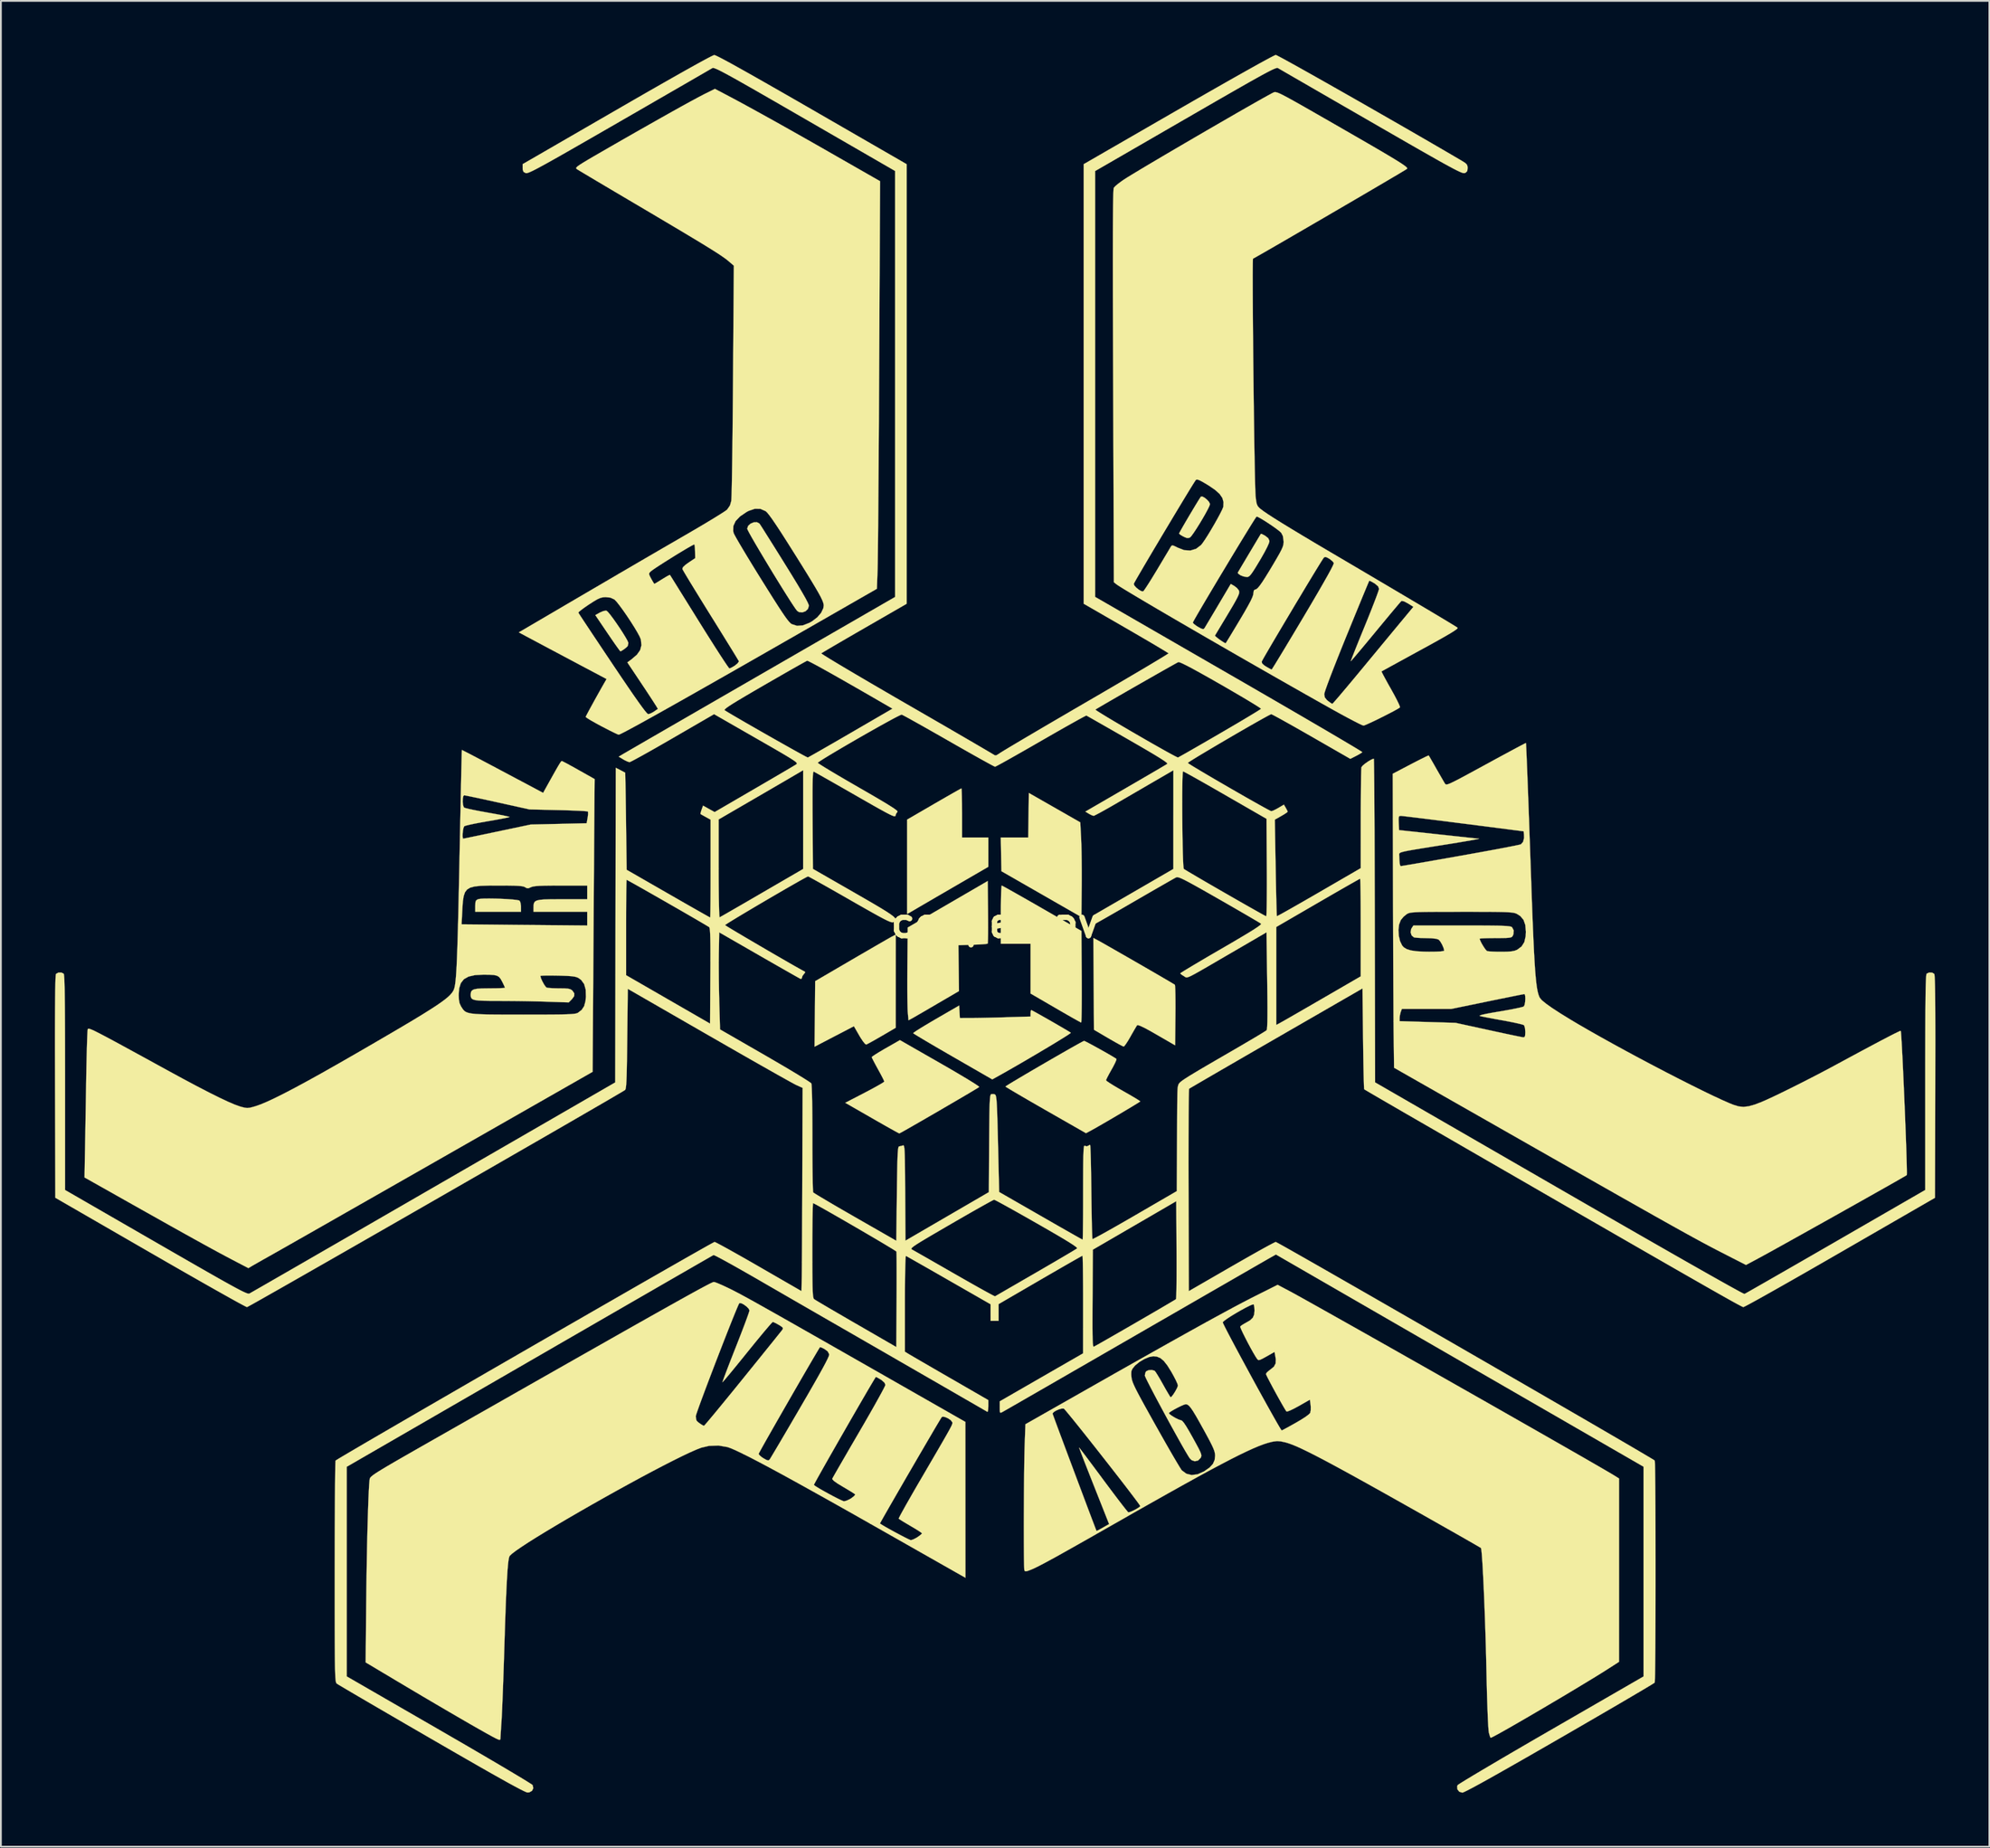
<source format=kicad_pcb>
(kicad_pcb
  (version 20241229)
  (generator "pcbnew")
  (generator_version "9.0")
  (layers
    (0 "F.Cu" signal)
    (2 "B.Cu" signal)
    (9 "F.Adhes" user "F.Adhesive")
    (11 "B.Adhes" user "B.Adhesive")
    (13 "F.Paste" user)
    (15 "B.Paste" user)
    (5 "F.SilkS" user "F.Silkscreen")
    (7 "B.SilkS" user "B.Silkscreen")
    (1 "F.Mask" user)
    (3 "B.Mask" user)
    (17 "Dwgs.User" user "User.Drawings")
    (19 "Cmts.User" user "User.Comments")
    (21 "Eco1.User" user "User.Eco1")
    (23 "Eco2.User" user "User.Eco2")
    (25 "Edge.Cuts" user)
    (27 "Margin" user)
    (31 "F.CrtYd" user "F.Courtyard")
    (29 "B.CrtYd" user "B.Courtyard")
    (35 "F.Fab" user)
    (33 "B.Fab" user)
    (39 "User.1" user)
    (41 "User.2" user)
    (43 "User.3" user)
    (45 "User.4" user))
  (footprint "coppercpv"
    (layer "F.Cu")
    (at 52.254 48.265)
    (property "Reference" "coppercpv" (at 0 0 0) (layer "F.SilkS") (effects (font (size 1.524 1.524) (thickness 0.3))))
    (attr through_hole)
    (fp_poly (pts (xy 4.731 -5.606) (xy 4.778 -4.692) (xy 4.791 -4.368) (xy 4.801 -3.947) (xy 4.808 -3.46) (xy 4.812 -2.936) (xy 4.812 -2.406) (xy 4.81 -2.06) (xy 4.794 -0.342) (xy 0.349 -2.892) (xy 0.314 -4.763) (xy 1.839 -4.763) (xy 1.856 -6.001) (xy 1.873 -7.239) (xy 4.731 -5.606)) (stroke (width 0.01) (type solid)) (fill yes) (layer "F.SilkS"))
    (fp_poly (pts (xy -27.77 -1.367) (xy -27.43 -1.356) (xy -27.101 -1.339) (xy -26.811 -1.317) (xy -26.586 -1.292) (xy -26.452 -1.264) (xy -26.432 -1.254) (xy -26.383 -1.156) (xy -26.355 -0.984) (xy -26.352 -0.913) (xy -26.352 -0.635) (xy -28.892 -0.635) (xy -28.892 -0.954) (xy -28.885 -1.148) (xy -28.852 -1.256) (xy -28.775 -1.316) (xy -28.722 -1.338) (xy -28.598 -1.359) (xy -28.381 -1.37) (xy -28.096 -1.372) (xy -27.77 -1.367)) (stroke (width 0.01) (type solid)) (fill yes) (layer "F.SilkS"))
    (fp_poly (pts (xy -5.525 3.221) (xy -5.526 5.81) (xy -6.305 6.266) (xy -6.592 6.432) (xy -6.843 6.573) (xy -7.036 6.679) (xy -7.15 6.736) (xy -7.167 6.742) (xy -7.235 6.699) (xy -7.345 6.564) (xy -7.482 6.357) (xy -7.55 6.243) (xy -7.849 5.724) (xy -8.942 6.293) (xy -10.035 6.863) (xy -10.001 3.22) (xy -8.001 2.052) (xy -7.533 1.779) (xy -7.09 1.522) (xy -6.687 1.288) (xy -6.339 1.087) (xy -6.058 0.925) (xy -5.86 0.812) (xy -5.763 0.758) (xy -5.524 0.632) (xy -5.525 3.221)) (stroke (width 0.01) (type solid)) (fill yes) (layer "F.SilkS"))
    (fp_poly (pts (xy -1.864 -7.433) (xy -1.856 -7.263) (xy -1.849 -7.004) (xy -1.844 -6.673) (xy -1.842 -6.287) (xy -1.841 -6.128) (xy -1.841 -4.763) (xy -0.381 -4.763) (xy -0.381 -3.136) (xy -1.921 -2.242) (xy -2.368 -1.982) (xy -2.82 -1.719) (xy -3.255 -1.467) (xy -3.647 -1.238) (xy -3.973 -1.048) (xy -4.175 -0.93) (xy -4.889 -0.512) (xy -4.889 -5.761) (xy -3.398 -6.627) (xy -3.004 -6.855) (xy -2.647 -7.06) (xy -2.341 -7.235) (xy -2.1 -7.371) (xy -1.94 -7.46) (xy -1.874 -7.493) (xy -1.874 -7.493) (xy -1.864 -7.433)) (stroke (width 0.01) (type solid)) (fill yes) (layer "F.SilkS"))
    (fp_poly (pts (xy -21.599 -17.37) (xy -21.523 -17.305) (xy -21.397 -17.154) (xy -21.235 -16.94) (xy -21.054 -16.684) (xy -20.868 -16.411) (xy -20.693 -16.142) (xy -20.545 -15.9) (xy -20.437 -15.709) (xy -20.387 -15.589) (xy -20.384 -15.574) (xy -20.41 -15.439) (xy -20.432 -15.395) (xy -20.512 -15.316) (xy -20.638 -15.219) (xy -20.761 -15.141) (xy -20.826 -15.114) (xy -20.871 -15.165) (xy -20.974 -15.305) (xy -21.125 -15.517) (xy -21.312 -15.787) (xy -21.524 -16.098) (xy -21.539 -16.12) (xy -22.219 -17.125) (xy -21.968 -17.266) (xy -21.784 -17.347) (xy -21.633 -17.375) (xy -21.599 -17.37)) (stroke (width 0.01) (type solid)) (fill yes) (layer "F.SilkS"))
    (fp_poly (pts (xy -0.396 -0.623) (xy -0.393 -0.168) (xy -0.392 0.244) (xy -0.394 0.597) (xy -0.399 0.874) (xy -0.405 1.059) (xy -0.414 1.133) (xy -0.414 1.134) (xy -0.488 1.149) (xy -0.663 1.166) (xy -0.914 1.182) (xy -1.215 1.195) (xy -1.245 1.196) (xy -2.041 1.222) (xy -2.026 2.497) (xy -2.012 3.771) (xy -3.245 4.491) (xy -3.611 4.705) (xy -3.95 4.903) (xy -4.243 5.072) (xy -4.47 5.204) (xy -4.614 5.286) (xy -4.646 5.303) (xy -4.815 5.395) (xy -4.856 4.936) (xy -4.865 4.76) (xy -4.872 4.476) (xy -4.878 4.104) (xy -4.881 3.663) (xy -4.881 3.172) (xy -4.879 2.65) (xy -4.877 2.358) (xy -4.858 0.239) (xy -0.413 -2.345) (xy -0.396 -0.623)) (stroke (width 0.01) (type solid)) (fill yes) (layer "F.SilkS"))
    (fp_poly (pts (xy 0.429 -2.062) (xy 0.591 -1.974) (xy 0.838 -1.836) (xy 1.16 -1.655) (xy 1.543 -1.437) (xy 1.977 -1.19) (xy 2.448 -0.92) (xy 2.603 -0.83) (xy 4.794 0.43) (xy 4.811 2.977) (xy 4.813 3.532) (xy 4.813 4.044) (xy 4.811 4.502) (xy 4.807 4.891) (xy 4.801 5.197) (xy 4.793 5.409) (xy 4.783 5.511) (xy 4.779 5.519) (xy 4.713 5.487) (xy 4.553 5.399) (xy 4.314 5.265) (xy 4.011 5.092) (xy 3.659 4.89) (xy 3.35 4.71) (xy 1.968 3.907) (xy 1.968 1.143) (xy 0.318 1.143) (xy 0.318 -0.476) (xy 0.319 -0.915) (xy 0.324 -1.308) (xy 0.332 -1.639) (xy 0.342 -1.891) (xy 0.354 -2.048) (xy 0.365 -2.093) (xy 0.429 -2.062)) (stroke (width 0.01) (type solid)) (fill yes) (layer "F.SilkS"))
    (fp_poly (pts (xy 11.639 -23.651) (xy 11.773 -23.542) (xy 11.884 -23.418) (xy 11.937 -23.307) (xy 11.938 -23.295) (xy 11.906 -23.192) (xy 11.818 -23.009) (xy 11.689 -22.769) (xy 11.533 -22.496) (xy 11.363 -22.212) (xy 11.194 -21.942) (xy 11.04 -21.709) (xy 10.915 -21.535) (xy 10.833 -21.445) (xy 10.822 -21.438) (xy 10.727 -21.409) (xy 10.641 -21.416) (xy 10.513 -21.469) (xy 10.43 -21.51) (xy 10.294 -21.59) (xy 10.226 -21.653) (xy 10.223 -21.661) (xy 10.254 -21.727) (xy 10.339 -21.88) (xy 10.464 -22.099) (xy 10.618 -22.364) (xy 10.787 -22.652) (xy 10.96 -22.942) (xy 11.123 -23.214) (xy 11.265 -23.447) (xy 11.373 -23.618) (xy 11.433 -23.707) (xy 11.436 -23.711) (xy 11.515 -23.717) (xy 11.639 -23.651)) (stroke (width 0.01) (type solid)) (fill yes) (layer "F.SilkS"))
    (fp_poly (pts (xy 14.83 -21.629) (xy 14.957 -21.563) (xy 15.014 -21.529) (xy 15.176 -21.4) (xy 15.237 -21.264) (xy 15.24 -21.222) (xy 15.207 -21.106) (xy 15.115 -20.902) (xy 14.973 -20.629) (xy 14.791 -20.306) (xy 14.697 -20.147) (xy 14.494 -19.81) (xy 14.341 -19.568) (xy 14.228 -19.406) (xy 14.142 -19.307) (xy 14.07 -19.258) (xy 14.002 -19.243) (xy 13.983 -19.243) (xy 13.799 -19.276) (xy 13.635 -19.341) (xy 13.52 -19.42) (xy 13.481 -19.479) (xy 13.482 -19.482) (xy 13.524 -19.554) (xy 13.617 -19.712) (xy 13.749 -19.935) (xy 13.909 -20.204) (xy 14.084 -20.498) (xy 14.261 -20.795) (xy 14.429 -21.077) (xy 14.576 -21.323) (xy 14.689 -21.512) (xy 14.757 -21.623) (xy 14.77 -21.645) (xy 14.83 -21.629)) (stroke (width 0.01) (type solid)) (fill yes) (layer "F.SilkS"))
    (fp_poly (pts (xy -13.101 -22.216) (xy -13.095 -22.209) (xy -13.049 -22.139) (xy -12.942 -21.974) (xy -12.784 -21.724) (xy -12.582 -21.402) (xy -12.342 -21.021) (xy -12.074 -20.592) (xy -11.784 -20.127) (xy -11.691 -19.977) (xy -11.298 -19.342) (xy -10.975 -18.811) (xy -10.721 -18.381) (xy -10.533 -18.05) (xy -10.412 -17.815) (xy -10.355 -17.676) (xy -10.351 -17.647) (xy -10.404 -17.47) (xy -10.539 -17.341) (xy -10.717 -17.277) (xy -10.898 -17.294) (xy -11.003 -17.362) (xy -11.078 -17.458) (xy -11.206 -17.645) (xy -11.379 -17.909) (xy -11.587 -18.236) (xy -11.823 -18.612) (xy -12.077 -19.022) (xy -12.341 -19.452) (xy -12.606 -19.889) (xy -12.864 -20.318) (xy -13.106 -20.724) (xy -13.324 -21.094) (xy -13.509 -21.414) (xy -13.652 -21.669) (xy -13.745 -21.846) (xy -13.779 -21.929) (xy -13.78 -21.93) (xy -13.726 -22.086) (xy -13.592 -22.209) (xy -13.416 -22.282) (xy -13.24 -22.29) (xy -13.101 -22.216)) (stroke (width 0.01) (type solid)) (fill yes) (layer "F.SilkS"))
    (fp_poly (pts (xy 5.635 0.912) (xy 5.752 0.976) (xy 5.957 1.091) (xy 6.235 1.249) (xy 6.572 1.441) (xy 6.952 1.659) (xy 7.363 1.894) (xy 7.788 2.139) (xy 8.213 2.384) (xy 8.625 2.622) (xy 9.008 2.844) (xy 9.347 3.042) (xy 9.629 3.206) (xy 9.838 3.33) (xy 9.961 3.404) (xy 9.986 3.421) (xy 9.999 3.495) (xy 10.009 3.679) (xy 10.016 3.955) (xy 10.02 4.306) (xy 10.021 4.715) (xy 10.018 5.127) (xy 10.001 6.785) (xy 8.973 6.191) (xy 8.578 5.966) (xy 8.28 5.806) (xy 8.071 5.707) (xy 7.943 5.664) (xy 7.888 5.672) (xy 7.833 5.757) (xy 7.734 5.925) (xy 7.605 6.148) (xy 7.519 6.302) (xy 7.382 6.536) (xy 7.262 6.72) (xy 7.175 6.832) (xy 7.144 6.855) (xy 7.069 6.824) (xy 6.906 6.739) (xy 6.677 6.612) (xy 6.402 6.455) (xy 6.287 6.388) (xy 5.493 5.922) (xy 5.476 3.372) (xy 5.46 0.821) (xy 5.635 0.912)) (stroke (width 0.01) (type solid)) (fill yes) (layer "F.SilkS"))
    (fp_poly (pts (xy -1.981 4.923) (xy -1.962 5.271) (xy -1.378 5.27) (xy -1.133 5.268) (xy -0.79 5.263) (xy -0.382 5.254) (xy 0.064 5.243) (xy 0.517 5.231) (xy 0.587 5.228) (xy 1.968 5.187) (xy 1.968 5.006) (xy 1.98 4.877) (xy 2.005 4.826) (xy 2.068 4.856) (xy 2.22 4.939) (xy 2.441 5.062) (xy 2.71 5.214) (xy 3.006 5.382) (xy 3.309 5.556) (xy 3.598 5.724) (xy 3.853 5.873) (xy 4.052 5.991) (xy 4.176 6.068) (xy 4.206 6.089) (xy 4.163 6.128) (xy 4.022 6.223) (xy 3.798 6.365) (xy 3.504 6.547) (xy 3.152 6.761) (xy 2.755 6.998) (xy 2.328 7.252) (xy 1.882 7.514) (xy 1.432 7.777) (xy 0.99 8.032) (xy 0.57 8.272) (xy 0.194 8.483) (xy -0.159 8.68) (xy -2.349 7.419) (xy -2.829 7.141) (xy -3.274 6.883) (xy -3.671 6.65) (xy -4.009 6.45) (xy -4.275 6.29) (xy -4.459 6.177) (xy -4.548 6.117) (xy -4.555 6.111) (xy -4.506 6.067) (xy -4.363 5.97) (xy -4.139 5.829) (xy -3.85 5.653) (xy -3.511 5.452) (xy -3.285 5.32) (xy -2 4.576) (xy -1.981 4.923)) (stroke (width 0.01) (type solid)) (fill yes) (layer "F.SilkS"))
    (fp_poly (pts (xy -3.064 7.774) (xy -2.582 8.051) (xy -2.138 8.31) (xy -1.744 8.545) (xy -1.41 8.746) (xy -1.149 8.909) (xy -0.971 9.027) (xy -0.888 9.091) (xy -0.884 9.1) (xy -0.95 9.144) (xy -1.11 9.241) (xy -1.35 9.385) (xy -1.657 9.567) (xy -2.016 9.777) (xy -2.412 10.009) (xy -2.832 10.254) (xy -3.26 10.504) (xy -3.684 10.749) (xy -4.088 10.983) (xy -4.459 11.196) (xy -4.781 11.381) (xy -5.042 11.529) (xy -5.226 11.631) (xy -5.319 11.68) (xy -5.327 11.683) (xy -5.39 11.652) (xy -5.549 11.566) (xy -5.788 11.433) (xy -6.093 11.262) (xy -6.449 11.059) (xy -6.842 10.835) (xy -6.847 10.831) (xy -8.329 9.981) (xy -7.246 9.42) (xy -6.909 9.242) (xy -6.615 9.082) (xy -6.381 8.949) (xy -6.224 8.852) (xy -6.161 8.802) (xy -6.161 8.8) (xy -6.19 8.724) (xy -6.269 8.563) (xy -6.386 8.341) (xy -6.509 8.117) (xy -6.648 7.863) (xy -6.761 7.649) (xy -6.835 7.5) (xy -6.858 7.442) (xy -6.806 7.395) (xy -6.663 7.298) (xy -6.448 7.164) (xy -6.182 7.006) (xy -6.076 6.946) (xy -5.293 6.498) (xy -3.064 7.774)) (stroke (width 0.01) (type solid)) (fill yes) (layer "F.SilkS"))
    (fp_poly (pts (xy 5.016 6.57) (xy 5.174 6.651) (xy 5.396 6.769) (xy 5.656 6.912) (xy 5.933 7.066) (xy 6.202 7.218) (xy 6.439 7.355) (xy 6.622 7.465) (xy 6.727 7.533) (xy 6.741 7.544) (xy 6.729 7.614) (xy 6.663 7.767) (xy 6.555 7.978) (xy 6.471 8.128) (xy 6.338 8.365) (xy 6.234 8.563) (xy 6.172 8.695) (xy 6.161 8.731) (xy 6.215 8.782) (xy 6.361 8.882) (xy 6.583 9.021) (xy 6.861 9.186) (xy 7.114 9.331) (xy 7.425 9.508) (xy 7.693 9.665) (xy 7.9 9.79) (xy 8.029 9.873) (xy 8.064 9.902) (xy 8.012 9.941) (xy 7.867 10.032) (xy 7.647 10.166) (xy 7.369 10.333) (xy 7.051 10.523) (xy 6.71 10.724) (xy 6.364 10.927) (xy 6.03 11.121) (xy 5.725 11.297) (xy 5.467 11.443) (xy 5.273 11.55) (xy 5.244 11.566) (xy 5.048 11.669) (xy 2.812 10.391) (xy 2.328 10.113) (xy 1.879 9.854) (xy 1.478 9.621) (xy 1.136 9.421) (xy 0.865 9.26) (xy 0.677 9.146) (xy 0.583 9.086) (xy 0.574 9.078) (xy 0.626 9.039) (xy 0.774 8.945) (xy 1.004 8.805) (xy 1.302 8.628) (xy 1.652 8.42) (xy 2.042 8.191) (xy 2.455 7.95) (xy 2.88 7.703) (xy 3.3 7.46) (xy 3.702 7.229) (xy 4.071 7.018) (xy 4.393 6.836) (xy 4.654 6.69) (xy 4.839 6.59) (xy 4.935 6.543) (xy 4.943 6.54) (xy 5.016 6.57)) (stroke (width 0.01) (type solid)) (fill yes) (layer "F.SilkS"))
    (fp_poly (pts (xy -14.756 -45.945) (xy -14.269 -45.685) (xy -13.685 -45.367) (xy -13.013 -44.997) (xy -12.265 -44.582) (xy -11.454 -44.127) (xy -10.589 -43.638) (xy -9.682 -43.123) (xy -9.112 -42.797) (xy -8.639 -42.526) (xy -8.185 -42.267) (xy -7.766 -42.027) (xy -7.397 -41.816) (xy -7.095 -41.643) (xy -6.875 -41.518) (xy -6.77 -41.457) (xy -6.395 -41.243) (xy -6.445 -31.02) (xy -6.451 -29.87) (xy -6.457 -28.743) (xy -6.463 -27.647) (xy -6.47 -26.588) (xy -6.476 -25.575) (xy -6.483 -24.616) (xy -6.49 -23.717) (xy -6.496 -22.887) (xy -6.503 -22.134) (xy -6.509 -21.465) (xy -6.515 -20.888) (xy -6.521 -20.41) (xy -6.526 -20.039) (xy -6.531 -19.784) (xy -6.533 -19.693) (xy -6.572 -18.59) (xy -9.779 -16.75) (xy -11.248 -15.908) (xy -12.615 -15.126) (xy -13.881 -14.402) (xy -15.045 -13.739) (xy -16.106 -13.136) (xy -17.063 -12.593) (xy -17.917 -12.111) (xy -18.665 -11.691) (xy -19.308 -11.333) (xy -19.844 -11.036) (xy -20.274 -10.803) (xy -20.596 -10.632) (xy -20.81 -10.524) (xy -20.915 -10.48) (xy -20.922 -10.479) (xy -20.998 -10.507) (xy -21.165 -10.586) (xy -21.403 -10.703) (xy -21.69 -10.851) (xy -21.876 -10.947) (xy -22.177 -11.11) (xy -22.434 -11.255) (xy -22.626 -11.371) (xy -22.736 -11.448) (xy -22.754 -11.47) (xy -22.721 -11.541) (xy -22.637 -11.702) (xy -22.513 -11.932) (xy -22.361 -12.21) (xy -22.193 -12.515) (xy -22.019 -12.827) (xy -21.852 -13.124) (xy -21.745 -13.311) (xy -21.594 -13.573) (xy -23.037 -14.338) (xy -23.501 -14.585) (xy -23.996 -14.848) (xy -24.488 -15.109) (xy -24.946 -15.353) (xy -25.338 -15.562) (xy -25.475 -15.635) (xy -26.47 -16.166) (xy -25.125 -16.954) (xy -24.6 -17.262) (xy -23.164 -17.262) (xy -23.126 -17.201) (xy -23.024 -17.044) (xy -22.864 -16.801) (xy -22.653 -16.483) (xy -22.398 -16.099) (xy -22.105 -15.66) (xy -21.781 -15.174) (xy -21.432 -14.653) (xy -21.272 -14.414) (xy -20.817 -13.737) (xy -20.427 -13.163) (xy -20.1 -12.686) (xy -19.831 -12.303) (xy -19.619 -12.01) (xy -19.46 -11.801) (xy -19.351 -11.674) (xy -19.289 -11.622) (xy -19.282 -11.621) (xy -19.154 -11.655) (xy -18.992 -11.741) (xy -18.965 -11.759) (xy -18.831 -11.851) (xy -18.751 -11.907) (xy -18.744 -11.911) (xy -18.772 -11.966) (xy -18.861 -12.111) (xy -19.003 -12.333) (xy -19.188 -12.617) (xy -19.406 -12.948) (xy -19.581 -13.212) (xy -20.439 -14.497) (xy -20.205 -14.669) (xy -19.907 -14.925) (xy -19.727 -15.18) (xy -19.656 -15.452) (xy -19.686 -15.757) (xy -19.691 -15.776) (xy -19.752 -15.927) (xy -19.875 -16.155) (xy -20.042 -16.437) (xy -20.24 -16.75) (xy -20.453 -17.072) (xy -20.666 -17.38) (xy -20.864 -17.65) (xy -21.03 -17.861) (xy -21.151 -17.988) (xy -21.166 -17.999) (xy -21.384 -18.099) (xy -21.654 -18.125) (xy -21.804 -18.114) (xy -21.946 -18.079) (xy -22.107 -18.006) (xy -22.318 -17.882) (xy -22.572 -17.718) (xy -22.811 -17.555) (xy -23.003 -17.414) (xy -23.127 -17.311) (xy -23.164 -17.262) (xy -24.6 -17.262) (xy -24.137 -17.534) (xy -23.248 -18.055) (xy -22.448 -18.524) (xy -21.727 -18.945) (xy -21.076 -19.326) (xy -20.941 -19.406) (xy -19.233 -19.406) (xy -19.196 -19.302) (xy -19.113 -19.145) (xy -19.022 -18.983) (xy -18.957 -18.88) (xy -18.939 -18.86) (xy -18.88 -18.891) (xy -18.742 -18.974) (xy -18.551 -19.093) (xy -18.506 -19.121) (xy -18.308 -19.242) (xy -18.156 -19.327) (xy -18.078 -19.36) (xy -18.073 -19.359) (xy -18.037 -19.302) (xy -17.94 -19.148) (xy -17.79 -18.907) (xy -17.592 -18.589) (xy -17.354 -18.206) (xy -17.081 -17.768) (xy -16.781 -17.286) (xy -16.46 -16.769) (xy -16.447 -16.748) (xy -16.124 -16.231) (xy -15.819 -15.748) (xy -15.541 -15.31) (xy -15.295 -14.927) (xy -15.087 -14.61) (xy -14.926 -14.37) (xy -14.818 -14.217) (xy -14.769 -14.161) (xy -14.768 -14.161) (xy -14.677 -14.194) (xy -14.528 -14.278) (xy -14.456 -14.325) (xy -14.319 -14.438) (xy -14.247 -14.535) (xy -14.244 -14.567) (xy -14.283 -14.635) (xy -14.382 -14.8) (xy -14.535 -15.051) (xy -14.735 -15.376) (xy -14.975 -15.764) (xy -15.247 -16.204) (xy -15.546 -16.686) (xy -15.815 -17.117) (xy -16.131 -17.626) (xy -16.426 -18.104) (xy -16.694 -18.54) (xy -16.928 -18.922) (xy -17.12 -19.24) (xy -17.265 -19.482) (xy -17.354 -19.638) (xy -17.382 -19.693) (xy -17.349 -19.789) (xy -17.204 -19.925) (xy -17.039 -20.043) (xy -16.669 -20.29) (xy -16.676 -20.657) (xy -16.685 -20.86) (xy -16.701 -21.006) (xy -16.716 -21.055) (xy -16.776 -21.033) (xy -16.925 -20.953) (xy -17.143 -20.827) (xy -17.411 -20.667) (xy -17.712 -20.485) (xy -18.025 -20.29) (xy -18.334 -20.096) (xy -18.618 -19.914) (xy -18.86 -19.756) (xy -19.04 -19.632) (xy -19.141 -19.554) (xy -19.144 -19.552) (xy -19.215 -19.476) (xy -19.233 -19.406) (xy -20.941 -19.406) (xy -20.484 -19.672) (xy -19.942 -19.989) (xy -19.438 -20.283) (xy -18.963 -20.559) (xy -18.508 -20.824) (xy -18.061 -21.083) (xy -17.614 -21.342) (xy -17.272 -21.54) (xy -16.844 -21.789) (xy -14.557 -21.789) (xy -14.536 -21.695) (xy -14.491 -21.597) (xy -14.385 -21.404) (xy -14.226 -21.128) (xy -14.021 -20.781) (xy -13.777 -20.375) (xy -13.502 -19.923) (xy -13.202 -19.436) (xy -13.001 -19.113) (xy -12.634 -18.526) (xy -12.326 -18.037) (xy -12.072 -17.639) (xy -11.864 -17.322) (xy -11.697 -17.076) (xy -11.565 -16.893) (xy -11.46 -16.764) (xy -11.378 -16.678) (xy -11.311 -16.628) (xy -11.303 -16.624) (xy -11.009 -16.53) (xy -10.682 -16.555) (xy -10.316 -16.699) (xy -10.173 -16.781) (xy -9.884 -17.002) (xy -9.669 -17.253) (xy -9.548 -17.51) (xy -9.527 -17.653) (xy -9.534 -17.736) (xy -9.561 -17.837) (xy -9.613 -17.968) (xy -9.694 -18.137) (xy -9.811 -18.353) (xy -9.969 -18.627) (xy -10.173 -18.968) (xy -10.428 -19.385) (xy -10.74 -19.889) (xy -11.115 -20.488) (xy -11.188 -20.604) (xy -11.568 -21.206) (xy -11.887 -21.706) (xy -12.152 -22.109) (xy -12.365 -22.423) (xy -12.532 -22.655) (xy -12.657 -22.811) (xy -12.745 -22.898) (xy -12.757 -22.906) (xy -13.043 -23.031) (xy -13.355 -23.036) (xy -13.697 -22.921) (xy -13.81 -22.861) (xy -14.179 -22.611) (xy -14.425 -22.352) (xy -14.55 -22.08) (xy -14.557 -21.789) (xy -16.844 -21.789) (xy -16.784 -21.824) (xy -16.324 -22.095) (xy -15.906 -22.345) (xy -15.543 -22.566) (xy -15.247 -22.75) (xy -15.032 -22.889) (xy -14.912 -22.974) (xy -14.897 -22.987) (xy -14.736 -23.219) (xy -14.663 -23.474) (xy -14.656 -23.579) (xy -14.647 -23.803) (xy -14.639 -24.136) (xy -14.63 -24.568) (xy -14.621 -25.092) (xy -14.612 -25.697) (xy -14.603 -26.375) (xy -14.594 -27.117) (xy -14.586 -27.913) (xy -14.578 -28.756) (xy -14.571 -29.635) (xy -14.567 -30.165) (xy -14.521 -36.548) (xy -14.826 -36.809) (xy -14.927 -36.891) (xy -15.055 -36.986) (xy -15.217 -37.099) (xy -15.421 -37.234) (xy -15.674 -37.395) (xy -15.981 -37.587) (xy -16.352 -37.814) (xy -16.792 -38.08) (xy -17.308 -38.39) (xy -17.908 -38.747) (xy -18.598 -39.157) (xy -19.386 -39.624) (xy -20.032 -40.005) (xy -20.605 -40.344) (xy -21.148 -40.665) (xy -21.651 -40.963) (xy -22.103 -41.231) (xy -22.494 -41.464) (xy -22.814 -41.655) (xy -23.052 -41.797) (xy -23.198 -41.886) (xy -23.238 -41.911) (xy -23.273 -41.94) (xy -23.285 -41.972) (xy -23.263 -42.014) (xy -23.199 -42.074) (xy -23.082 -42.157) (xy -22.901 -42.272) (xy -22.647 -42.425) (xy -22.31 -42.623) (xy -21.879 -42.872) (xy -21.548 -43.063) (xy -20.741 -43.527) (xy -19.966 -43.97) (xy -19.23 -44.388) (xy -18.545 -44.775) (xy -17.919 -45.127) (xy -17.362 -45.437) (xy -16.883 -45.7) (xy -16.491 -45.911) (xy -16.196 -46.066) (xy -16.114 -46.107) (xy -15.574 -46.375) (xy -14.756 -45.945)) (stroke (width 0.01) (type solid)) (fill yes) (layer "F.SilkS"))
    (fp_poly (pts (xy -29.578 -9.602) (xy -29.421 -9.522) (xy -29.176 -9.395) (xy -28.855 -9.227) (xy -28.469 -9.024) (xy -28.031 -8.792) (xy -27.552 -8.538) (xy -27.372 -8.442) (xy -25.12 -7.245) (xy -24.778 -7.861) (xy -24.559 -8.253) (xy -24.393 -8.547) (xy -24.272 -8.756) (xy -24.188 -8.894) (xy -24.132 -8.974) (xy -24.097 -9.009) (xy -24.08 -9.015) (xy -24.012 -8.984) (xy -23.853 -8.902) (xy -23.623 -8.777) (xy -23.342 -8.622) (xy -23.146 -8.512) (xy -22.257 -8.011) (xy -22.264 -7.387) (xy -22.266 -7.243) (xy -22.268 -6.98) (xy -22.271 -6.608) (xy -22.274 -6.135) (xy -22.278 -5.57) (xy -22.283 -4.921) (xy -22.288 -4.197) (xy -22.293 -3.408) (xy -22.299 -2.561) (xy -22.305 -1.665) (xy -22.312 -0.73) (xy -22.318 0.237) (xy -22.321 0.748) (xy -22.371 8.259) (xy -30.696 13.011) (xy -31.665 13.564) (xy -32.617 14.107) (xy -33.543 14.635) (xy -34.437 15.145) (xy -35.292 15.632) (xy -36.101 16.093) (xy -36.856 16.524) (xy -37.551 16.92) (xy -38.179 17.278) (xy -38.732 17.592) (xy -39.204 17.861) (xy -39.587 18.078) (xy -39.874 18.242) (xy -40.059 18.346) (xy -40.069 18.351) (xy -40.412 18.545) (xy -40.73 18.724) (xy -41 18.878) (xy -41.201 18.993) (xy -41.309 19.055) (xy -41.501 19.17) (xy -42.452 18.673) (xy -42.764 18.508) (xy -43.119 18.318) (xy -43.524 18.098) (xy -43.986 17.844) (xy -44.513 17.553) (xy -45.112 17.22) (xy -45.791 16.841) (xy -46.556 16.411) (xy -47.416 15.928) (xy -48.378 15.386) (xy -48.528 15.301) (xy -50.606 14.13) (xy -50.578 12.573) (xy -50.571 12.136) (xy -50.561 11.598) (xy -50.551 10.989) (xy -50.54 10.334) (xy -50.529 9.663) (xy -50.518 9.001) (xy -50.51 8.511) (xy -50.5 7.956) (xy -50.488 7.438) (xy -50.476 6.971) (xy -50.464 6.57) (xy -50.452 6.25) (xy -50.441 6.024) (xy -50.43 5.907) (xy -50.428 5.896) (xy -50.416 5.875) (xy -50.392 5.864) (xy -50.35 5.866) (xy -50.282 5.886) (xy -50.181 5.927) (xy -50.039 5.993) (xy -49.85 6.087) (xy -49.605 6.214) (xy -49.298 6.376) (xy -48.92 6.579) (xy -48.466 6.826) (xy -47.927 7.12) (xy -47.296 7.465) (xy -46.566 7.865) (xy -46.038 8.155) (xy -45.151 8.638) (xy -44.369 9.055) (xy -43.691 9.406) (xy -43.114 9.694) (xy -42.636 9.919) (xy -42.254 10.083) (xy -41.967 10.185) (xy -41.925 10.198) (xy -41.719 10.251) (xy -41.566 10.271) (xy -41.416 10.256) (xy -41.217 10.204) (xy -41.105 10.171) (xy -40.815 10.069) (xy -40.452 9.916) (xy -40.012 9.71) (xy -39.49 9.449) (xy -38.883 9.131) (xy -38.186 8.754) (xy -37.396 8.316) (xy -36.509 7.813) (xy -35.52 7.245) (xy -35.179 7.048) (xy -34.318 6.548) (xy -33.56 6.105) (xy -32.899 5.716) (xy -32.329 5.376) (xy -31.841 5.08) (xy -31.431 4.823) (xy -31.089 4.602) (xy -30.811 4.412) (xy -30.588 4.248) (xy -30.414 4.106) (xy -30.282 3.981) (xy -30.272 3.969) (xy -29.813 3.969) (xy -29.802 4.247) (xy -29.764 4.447) (xy -29.687 4.616) (xy -29.67 4.644) (xy -29.608 4.741) (xy -29.548 4.823) (xy -29.478 4.891) (xy -29.386 4.945) (xy -29.262 4.987) (xy -29.095 5.02) (xy -28.873 5.043) (xy -28.584 5.059) (xy -28.218 5.07) (xy -27.763 5.075) (xy -27.209 5.078) (xy -26.543 5.078) (xy -26.235 5.079) (xy -25.545 5.078) (xy -24.97 5.077) (xy -24.5 5.074) (xy -24.123 5.07) (xy -23.828 5.063) (xy -23.603 5.053) (xy -23.438 5.04) (xy -23.322 5.024) (xy -23.243 5.004) (xy -23.189 4.98) (xy -23.187 4.979) (xy -22.976 4.816) (xy -22.84 4.609) (xy -22.766 4.33) (xy -22.743 4.087) (xy -22.755 3.688) (xy -22.84 3.382) (xy -23.003 3.156) (xy -23.137 3.055) (xy -23.234 3.006) (xy -23.357 2.971) (xy -23.528 2.946) (xy -23.77 2.928) (xy -24.106 2.916) (xy -24.305 2.911) (xy -24.639 2.906) (xy -24.923 2.906) (xy -25.136 2.912) (xy -25.255 2.923) (xy -25.273 2.931) (xy -25.243 3.054) (xy -25.167 3.225) (xy -25.071 3.4) (xy -24.978 3.533) (xy -24.925 3.579) (xy -24.817 3.597) (xy -24.616 3.611) (xy -24.358 3.618) (xy -24.22 3.619) (xy -23.929 3.623) (xy -23.736 3.637) (xy -23.611 3.668) (xy -23.525 3.719) (xy -23.495 3.747) (xy -23.387 3.899) (xy -23.393 4.047) (xy -23.513 4.215) (xy -23.534 4.235) (xy -23.699 4.401) (xy -24.941 4.36) (xy -25.419 4.346) (xy -25.975 4.334) (xy -26.562 4.325) (xy -27.131 4.32) (xy -27.565 4.318) (xy -28.053 4.317) (xy -28.43 4.31) (xy -28.708 4.296) (xy -28.904 4.27) (xy -29.031 4.23) (xy -29.104 4.171) (xy -29.137 4.092) (xy -29.146 3.988) (xy -29.146 3.969) (xy -29.133 3.839) (xy -29.082 3.745) (xy -28.976 3.682) (xy -28.797 3.644) (xy -28.528 3.625) (xy -28.152 3.62) (xy -28.094 3.619) (xy -27.782 3.617) (xy -27.521 3.611) (xy -27.334 3.601) (xy -27.246 3.589) (xy -27.241 3.586) (xy -27.268 3.515) (xy -27.336 3.368) (xy -27.397 3.245) (xy -27.484 3.088) (xy -27.574 2.981) (xy -27.692 2.914) (xy -27.864 2.877) (xy -28.114 2.862) (xy -28.444 2.858) (xy -28.908 2.883) (xy -29.265 2.965) (xy -29.524 3.111) (xy -29.695 3.329) (xy -29.788 3.628) (xy -29.813 3.969) (xy -30.272 3.969) (xy -30.186 3.869) (xy -30.118 3.765) (xy -30.088 3.704) (xy -30.059 3.626) (xy -30.033 3.522) (xy -30.009 3.384) (xy -29.987 3.206) (xy -29.966 2.981) (xy -29.946 2.702) (xy -29.927 2.364) (xy -29.909 1.959) (xy -29.891 1.48) (xy -29.873 0.921) (xy -29.854 0.276) (xy -29.849 0.062) (xy -29.653 0.062) (xy -27.86 0.079) (xy -27.27 0.085) (xy -26.607 0.092) (xy -25.917 0.098) (xy -25.243 0.104) (xy -24.631 0.11) (xy -24.368 0.112) (xy -22.669 0.127) (xy -22.669 -0.635) (xy -25.654 -0.635) (xy -25.654 -0.868) (xy -25.65 -1.011) (xy -25.629 -1.121) (xy -25.575 -1.203) (xy -25.474 -1.261) (xy -25.312 -1.298) (xy -25.074 -1.32) (xy -24.746 -1.33) (xy -24.312 -1.333) (xy -24.057 -1.333) (xy -22.669 -1.333) (xy -22.669 -2.095) (xy -24.146 -2.095) (xy -24.644 -2.093) (xy -25.031 -2.088) (xy -25.322 -2.078) (xy -25.534 -2.063) (xy -25.68 -2.041) (xy -25.778 -2.012) (xy -25.803 -2) (xy -25.942 -1.942) (xy -26.042 -1.954) (xy -26.119 -2.001) (xy -26.187 -2.033) (xy -26.299 -2.058) (xy -26.47 -2.075) (xy -26.715 -2.087) (xy -27.052 -2.093) (xy -27.495 -2.095) (xy -27.621 -2.095) (xy -28.165 -2.093) (xy -28.596 -2.079) (xy -28.928 -2.044) (xy -29.174 -1.978) (xy -29.348 -1.873) (xy -29.465 -1.718) (xy -29.537 -1.503) (xy -29.58 -1.22) (xy -29.606 -0.858) (xy -29.613 -0.715) (xy -29.653 0.062) (xy -29.849 0.062) (xy -29.835 -0.463) (xy -29.816 -1.301) (xy -29.795 -2.246) (xy -29.773 -3.305) (xy -29.749 -4.483) (xy -29.747 -4.57) (xy -29.743 -4.814) (xy -29.596 -4.814) (xy -29.579 -4.713) (xy -29.562 -4.699) (xy -29.495 -4.712) (xy -29.319 -4.747) (xy -29.05 -4.803) (xy -28.703 -4.875) (xy -28.294 -4.961) (xy -27.838 -5.057) (xy -27.673 -5.092) (xy -25.813 -5.484) (xy -24.258 -5.52) (xy -22.702 -5.556) (xy -22.647 -5.861) (xy -22.622 -6.047) (xy -22.623 -6.177) (xy -22.634 -6.209) (xy -22.707 -6.222) (xy -22.889 -6.237) (xy -23.164 -6.252) (xy -23.512 -6.266) (xy -23.917 -6.28) (xy -24.277 -6.289) (xy -25.876 -6.326) (xy -27.653 -6.719) (xy -28.113 -6.82) (xy -28.534 -6.912) (xy -28.9 -6.99) (xy -29.195 -7.052) (xy -29.402 -7.093) (xy -29.504 -7.112) (xy -29.511 -7.112) (xy -29.56 -7.057) (xy -29.586 -6.92) (xy -29.591 -6.744) (xy -29.572 -6.574) (xy -29.531 -6.451) (xy -29.512 -6.428) (xy -29.427 -6.397) (xy -29.237 -6.35) (xy -28.964 -6.292) (xy -28.627 -6.226) (xy -28.247 -6.157) (xy -28.21 -6.15) (xy -27.834 -6.083) (xy -27.505 -6.022) (xy -27.242 -5.969) (xy -27.063 -5.93) (xy -26.989 -5.907) (xy -26.988 -5.905) (xy -27.047 -5.885) (xy -27.213 -5.848) (xy -27.466 -5.799) (xy -27.787 -5.74) (xy -28.157 -5.676) (xy -28.202 -5.668) (xy -28.584 -5.601) (xy -28.925 -5.536) (xy -29.206 -5.476) (xy -29.405 -5.427) (xy -29.501 -5.393) (xy -29.503 -5.391) (xy -29.544 -5.307) (xy -29.575 -5.154) (xy -29.594 -4.975) (xy -29.596 -4.814) (xy -29.743 -4.814) (xy -29.732 -5.359) (xy -29.716 -6.11) (xy -29.702 -6.813) (xy -29.688 -7.461) (xy -29.675 -8.042) (xy -29.664 -8.547) (xy -29.654 -8.967) (xy -29.646 -9.292) (xy -29.64 -9.513) (xy -29.636 -9.62) (xy -29.635 -9.628) (xy -29.578 -9.602)) (stroke (width 0.01) (type solid)) (fill yes) (layer "F.SilkS"))
    (fp_poly (pts (xy 29.503 -9.949) (xy 29.513 -9.761) (xy 29.527 -9.457) (xy 29.544 -9.045) (xy 29.565 -8.531) (xy 29.588 -7.92) (xy 29.615 -7.219) (xy 29.644 -6.433) (xy 29.675 -5.57) (xy 29.708 -4.635) (xy 29.744 -3.634) (xy 29.781 -2.573) (xy 29.781 -2.572) (xy 29.818 -1.517) (xy 29.852 -0.582) (xy 29.885 0.242) (xy 29.916 0.962) (xy 29.946 1.585) (xy 29.976 2.121) (xy 30.005 2.575) (xy 30.036 2.956) (xy 30.068 3.272) (xy 30.101 3.531) (xy 30.137 3.739) (xy 30.176 3.905) (xy 30.218 4.036) (xy 30.264 4.14) (xy 30.378 4.276) (xy 30.607 4.466) (xy 30.95 4.71) (xy 31.407 5.008) (xy 31.979 5.36) (xy 32.385 5.602) (xy 32.989 5.952) (xy 33.648 6.325) (xy 34.347 6.714) (xy 35.076 7.112) (xy 35.819 7.512) (xy 36.566 7.907) (xy 37.302 8.292) (xy 38.016 8.659) (xy 38.694 9.002) (xy 39.323 9.314) (xy 39.891 9.588) (xy 40.385 9.818) (xy 40.791 9.997) (xy 41.048 10.1) (xy 41.324 10.182) (xy 41.59 10.208) (xy 41.876 10.175) (xy 42.213 10.08) (xy 42.588 9.937) (xy 42.876 9.811) (xy 43.258 9.634) (xy 43.714 9.415) (xy 44.226 9.163) (xy 44.774 8.888) (xy 45.342 8.598) (xy 45.909 8.304) (xy 46.457 8.014) (xy 46.831 7.812) (xy 47.532 7.433) (xy 48.169 7.09) (xy 48.736 6.787) (xy 49.227 6.527) (xy 49.635 6.314) (xy 49.955 6.15) (xy 50.18 6.04) (xy 50.303 5.986) (xy 50.326 5.982) (xy 50.337 6.052) (xy 50.352 6.236) (xy 50.371 6.52) (xy 50.392 6.891) (xy 50.415 7.336) (xy 50.44 7.843) (xy 50.466 8.397) (xy 50.493 8.985) (xy 50.519 9.596) (xy 50.545 10.214) (xy 50.57 10.828) (xy 50.593 11.424) (xy 50.614 11.989) (xy 50.633 12.509) (xy 50.647 12.973) (xy 50.658 13.366) (xy 50.665 13.676) (xy 50.667 13.888) (xy 50.663 13.991) (xy 50.661 13.999) (xy 50.586 14.045) (xy 50.412 14.146) (xy 50.148 14.298) (xy 49.805 14.493) (xy 49.393 14.726) (xy 48.925 14.99) (xy 48.41 15.281) (xy 47.858 15.591) (xy 47.282 15.915) (xy 46.691 16.247) (xy 46.096 16.58) (xy 45.507 16.909) (xy 44.937 17.228) (xy 44.394 17.531) (xy 43.89 17.812) (xy 43.436 18.064) (xy 43.043 18.282) (xy 42.72 18.459) (xy 42.479 18.591) (xy 42.405 18.63) (xy 41.725 18.993) (xy 40.373 18.301) (xy 40.145 18.184) (xy 39.912 18.062) (xy 39.668 17.934) (xy 39.408 17.795) (xy 39.126 17.643) (xy 38.817 17.475) (xy 38.476 17.287) (xy 38.096 17.077) (xy 37.672 16.841) (xy 37.2 16.576) (xy 36.672 16.28) (xy 36.085 15.948) (xy 35.432 15.579) (xy 34.707 15.169) (xy 33.906 14.714) (xy 33.022 14.212) (xy 32.051 13.66) (xy 30.986 13.054) (xy 29.823 12.392) (xy 28.555 11.67) (xy 28.436 11.602) (xy 22.17 8.033) (xy 22.148 6.287) (xy 22.144 5.971) (xy 22.141 5.54) (xy 22.139 5.266) (xy 22.479 5.266) (xy 22.479 5.444) (xy 24.031 5.491) (xy 25.583 5.537) (xy 27.413 5.936) (xy 27.881 6.038) (xy 28.313 6.131) (xy 28.691 6.211) (xy 29 6.275) (xy 29.222 6.319) (xy 29.341 6.341) (xy 29.353 6.343) (xy 29.421 6.325) (xy 29.454 6.242) (xy 29.464 6.064) (xy 29.464 6.04) (xy 29.448 5.837) (xy 29.405 5.694) (xy 29.382 5.662) (xy 29.295 5.629) (xy 29.104 5.581) (xy 28.833 5.521) (xy 28.502 5.455) (xy 28.191 5.398) (xy 27.821 5.331) (xy 27.487 5.269) (xy 27.211 5.215) (xy 27.017 5.175) (xy 26.936 5.155) (xy 26.933 5.13) (xy 27.048 5.091) (xy 27.282 5.038) (xy 27.639 4.972) (xy 28.043 4.903) (xy 28.431 4.836) (xy 28.778 4.771) (xy 29.065 4.712) (xy 29.271 4.664) (xy 29.374 4.63) (xy 29.38 4.626) (xy 29.424 4.537) (xy 29.453 4.381) (xy 29.465 4.202) (xy 29.458 4.044) (xy 29.43 3.948) (xy 29.411 3.937) (xy 29.338 3.949) (xy 29.156 3.984) (xy 28.88 4.039) (xy 28.525 4.111) (xy 28.107 4.195) (xy 27.64 4.291) (xy 27.354 4.35) (xy 25.349 4.763) (xy 22.603 4.763) (xy 22.541 4.925) (xy 22.492 5.12) (xy 22.479 5.266) (xy 22.139 5.266) (xy 22.137 5.005) (xy 22.134 4.379) (xy 22.13 3.673) (xy 22.127 2.899) (xy 22.123 2.069) (xy 22.12 1.195) (xy 22.117 0.374) (xy 22.412 0.374) (xy 22.432 0.696) (xy 22.501 0.997) (xy 22.618 1.238) (xy 22.706 1.338) (xy 22.872 1.439) (xy 23.101 1.511) (xy 23.409 1.557) (xy 23.816 1.58) (xy 24.114 1.585) (xy 24.49 1.581) (xy 24.76 1.568) (xy 24.917 1.546) (xy 24.956 1.522) (xy 24.922 1.378) (xy 24.841 1.19) (xy 24.739 1.015) (xy 24.653 0.913) (xy 24.515 0.865) (xy 24.257 0.836) (xy 23.961 0.828) (xy 23.69 0.822) (xy 23.461 0.81) (xy 23.308 0.794) (xy 23.273 0.785) (xy 23.145 0.676) (xy 23.09 0.505) (xy 23.121 0.323) (xy 23.146 0.277) (xy 23.244 0.127) (xy 25.937 0.127) (xy 26.601 0.127) (xy 27.149 0.129) (xy 27.593 0.132) (xy 27.944 0.137) (xy 28.213 0.145) (xy 28.412 0.155) (xy 28.553 0.169) (xy 28.646 0.186) (xy 28.703 0.207) (xy 28.729 0.227) (xy 28.819 0.4) (xy 28.802 0.612) (xy 28.763 0.703) (xy 28.727 0.752) (xy 28.667 0.786) (xy 28.561 0.807) (xy 28.388 0.819) (xy 28.128 0.824) (xy 27.811 0.826) (xy 27.492 0.828) (xy 27.224 0.834) (xy 27.029 0.843) (xy 26.931 0.855) (xy 26.924 0.859) (xy 26.957 0.965) (xy 27.038 1.127) (xy 27.144 1.305) (xy 27.249 1.457) (xy 27.329 1.543) (xy 27.339 1.548) (xy 27.443 1.564) (xy 27.642 1.577) (xy 27.906 1.586) (xy 28.121 1.587) (xy 28.457 1.583) (xy 28.696 1.565) (xy 28.869 1.531) (xy 29.006 1.477) (xy 29.02 1.469) (xy 29.256 1.293) (xy 29.408 1.051) (xy 29.483 0.727) (xy 29.496 0.476) (xy 29.464 0.098) (xy 29.364 -0.188) (xy 29.185 -0.399) (xy 29.006 -0.514) (xy 28.944 -0.543) (xy 28.871 -0.567) (xy 28.777 -0.586) (xy 28.649 -0.601) (xy 28.475 -0.613) (xy 28.243 -0.622) (xy 27.942 -0.628) (xy 27.559 -0.632) (xy 27.084 -0.634) (xy 26.503 -0.635) (xy 25.926 -0.635) (xy 25.25 -0.634) (xy 24.689 -0.633) (xy 24.231 -0.631) (xy 23.865 -0.627) (xy 23.579 -0.621) (xy 23.361 -0.612) (xy 23.199 -0.6) (xy 23.082 -0.585) (xy 22.997 -0.565) (xy 22.934 -0.541) (xy 22.88 -0.511) (xy 22.875 -0.508) (xy 22.696 -0.362) (xy 22.547 -0.182) (xy 22.542 -0.175) (xy 22.448 0.071) (xy 22.412 0.374) (xy 22.117 0.374) (xy 22.117 0.288) (xy 22.114 -0.64) (xy 22.112 -1.577) (xy 22.111 -1.884) (xy 22.102 -5.808) (xy 22.421 -5.808) (xy 22.427 -5.605) (xy 22.428 -5.572) (xy 22.447 -5.175) (xy 24.606 -4.941) (xy 25.121 -4.886) (xy 25.599 -4.834) (xy 26.025 -4.789) (xy 26.383 -4.75) (xy 26.658 -4.721) (xy 26.835 -4.703) (xy 26.892 -4.698) (xy 26.861 -4.686) (xy 26.718 -4.657) (xy 26.475 -4.613) (xy 26.145 -4.556) (xy 25.741 -4.488) (xy 25.276 -4.412) (xy 24.763 -4.33) (xy 24.733 -4.326) (xy 24.138 -4.231) (xy 23.656 -4.154) (xy 23.275 -4.09) (xy 22.984 -4.039) (xy 22.771 -3.996) (xy 22.624 -3.96) (xy 22.53 -3.928) (xy 22.478 -3.897) (xy 22.456 -3.865) (xy 22.452 -3.828) (xy 22.452 -3.823) (xy 22.464 -3.524) (xy 22.48 -3.331) (xy 22.502 -3.223) (xy 22.534 -3.179) (xy 22.553 -3.175) (xy 22.629 -3.186) (xy 22.817 -3.217) (xy 23.106 -3.266) (xy 23.484 -3.331) (xy 23.94 -3.41) (xy 24.46 -3.501) (xy 25.034 -3.602) (xy 25.649 -3.711) (xy 25.863 -3.749) (xy 26.491 -3.861) (xy 27.083 -3.968) (xy 27.628 -4.068) (xy 28.112 -4.159) (xy 28.524 -4.238) (xy 28.851 -4.302) (xy 29.082 -4.351) (xy 29.203 -4.38) (xy 29.217 -4.385) (xy 29.339 -4.519) (xy 29.394 -4.739) (xy 29.39 -4.928) (xy 29.369 -5.109) (xy 26.035 -5.537) (xy 25.395 -5.618) (xy 24.789 -5.695) (xy 24.231 -5.765) (xy 23.732 -5.827) (xy 23.305 -5.88) (xy 22.962 -5.921) (xy 22.716 -5.95) (xy 22.578 -5.965) (xy 22.555 -5.966) (xy 22.476 -5.96) (xy 22.435 -5.916) (xy 22.421 -5.808) (xy 22.102 -5.808) (xy 22.096 -8.307) (xy 23.086 -8.827) (xy 23.407 -8.993) (xy 23.686 -9.135) (xy 23.906 -9.243) (xy 24.048 -9.309) (xy 24.094 -9.324) (xy 24.131 -9.264) (xy 24.217 -9.115) (xy 24.342 -8.899) (xy 24.491 -8.637) (xy 24.509 -8.604) (xy 24.669 -8.325) (xy 24.813 -8.075) (xy 24.925 -7.881) (xy 24.991 -7.77) (xy 24.993 -7.768) (xy 25.017 -7.734) (xy 25.049 -7.714) (xy 25.1 -7.711) (xy 25.18 -7.731) (xy 25.3 -7.779) (xy 25.47 -7.86) (xy 25.702 -7.977) (xy 26.005 -8.138) (xy 26.39 -8.346) (xy 26.869 -8.606) (xy 27.282 -8.831) (xy 27.766 -9.095) (xy 28.213 -9.337) (xy 28.613 -9.553) (xy 28.952 -9.735) (xy 29.22 -9.877) (xy 29.403 -9.972) (xy 29.491 -10.015) (xy 29.497 -10.017) (xy 29.503 -9.949)) (stroke (width 0.01) (type solid)) (fill yes) (layer "F.SilkS"))
    (fp_poly (pts (xy -15.533 19.966) (xy -15.346 20.041) (xy -15.093 20.153) (xy -14.799 20.292) (xy -14.692 20.344) (xy -14.566 20.407) (xy -14.428 20.479) (xy -14.271 20.561) (xy -14.091 20.657) (xy -13.882 20.771) (xy -13.638 20.904) (xy -13.355 21.061) (xy -13.027 21.245) (xy -12.649 21.457) (xy -12.214 21.702) (xy -11.718 21.983) (xy -11.155 22.302) (xy -10.52 22.663) (xy -9.808 23.068) (xy -9.012 23.521) (xy -8.128 24.025) (xy -7.15 24.583) (xy -6.072 25.197) (xy -4.89 25.872) (xy -4.876 25.88) (xy -1.655 27.718) (xy -1.653 32.049) (xy -1.651 36.38) (xy -2.334 35.993) (xy -2.527 35.883) (xy -2.817 35.719) (xy -3.189 35.507) (xy -3.629 35.257) (xy -4.123 34.977) (xy -4.656 34.674) (xy -5.214 34.356) (xy -5.779 34.036) (xy -6.959 33.366) (xy -6.402 33.366) (xy -6.286 33.441) (xy -6.094 33.555) (xy -5.85 33.692) (xy -5.579 33.841) (xy -5.306 33.987) (xy -5.055 34.118) (xy -4.851 34.22) (xy -4.718 34.28) (xy -4.683 34.29) (xy -4.564 34.256) (xy -4.395 34.171) (xy -4.317 34.123) (xy -4.168 34.017) (xy -4.078 33.936) (xy -4.064 33.913) (xy -4.116 33.866) (xy -4.256 33.771) (xy -4.464 33.642) (xy -4.699 33.503) (xy -4.952 33.354) (xy -5.162 33.227) (xy -5.305 33.135) (xy -5.359 33.094) (xy -5.334 33.031) (xy -5.252 32.872) (xy -5.118 32.627) (xy -4.941 32.31) (xy -4.726 31.933) (xy -4.482 31.507) (xy -4.214 31.045) (xy -4.18 30.988) (xy -3.791 30.322) (xy -3.462 29.757) (xy -3.186 29.284) (xy -2.961 28.895) (xy -2.78 28.581) (xy -2.64 28.334) (xy -2.535 28.144) (xy -2.461 28.004) (xy -2.412 27.904) (xy -2.385 27.836) (xy -2.375 27.791) (xy -2.375 27.76) (xy -2.383 27.735) (xy -2.387 27.725) (xy -2.47 27.619) (xy -2.613 27.521) (xy -2.772 27.449) (xy -2.908 27.425) (xy -2.969 27.45) (xy -3.018 27.526) (xy -3.121 27.697) (xy -3.272 27.95) (xy -3.463 28.274) (xy -3.687 28.657) (xy -3.937 29.085) (xy -4.207 29.547) (xy -4.488 30.031) (xy -4.775 30.524) (xy -5.059 31.014) (xy -5.333 31.488) (xy -5.591 31.936) (xy -5.826 32.344) (xy -6.03 32.7) (xy -6.197 32.992) (xy -6.318 33.208) (xy -6.388 33.335) (xy -6.402 33.366) (xy -6.959 33.366) (xy -7.053 33.312) (xy -8.22 32.652) (xy -9.284 32.054) (xy -10.248 31.516) (xy -10.779 31.221) (xy -10.075 31.221) (xy -9.977 31.294) (xy -9.798 31.405) (xy -9.561 31.542) (xy -9.294 31.69) (xy -9.021 31.837) (xy -8.769 31.967) (xy -8.563 32.067) (xy -8.428 32.123) (xy -8.397 32.13) (xy -8.257 32.096) (xy -8.076 32.01) (xy -8.001 31.965) (xy -7.86 31.858) (xy -7.784 31.774) (xy -7.78 31.748) (xy -7.844 31.698) (xy -7.996 31.6) (xy -8.212 31.469) (xy -8.447 31.33) (xy -8.764 31.138) (xy -8.964 30.995) (xy -9.049 30.9) (xy -9.051 30.875) (xy -9.013 30.804) (xy -8.917 30.634) (xy -8.771 30.378) (xy -8.579 30.046) (xy -8.35 29.65) (xy -8.09 29.201) (xy -7.805 28.711) (xy -7.557 28.286) (xy -7.257 27.769) (xy -6.977 27.282) (xy -6.725 26.838) (xy -6.507 26.447) (xy -6.328 26.122) (xy -6.196 25.873) (xy -6.117 25.713) (xy -6.096 25.656) (xy -6.154 25.531) (xy -6.316 25.391) (xy -6.356 25.364) (xy -6.51 25.273) (xy -6.611 25.224) (xy -6.632 25.221) (xy -6.686 25.302) (xy -6.792 25.478) (xy -6.946 25.737) (xy -7.139 26.066) (xy -7.364 26.453) (xy -7.615 26.886) (xy -7.885 27.353) (xy -8.166 27.841) (xy -8.451 28.338) (xy -8.735 28.833) (xy -9.008 29.312) (xy -9.266 29.764) (xy -9.5 30.177) (xy -9.703 30.538) (xy -9.869 30.834) (xy -9.99 31.055) (xy -10.06 31.187) (xy -10.075 31.221) (xy -10.779 31.221) (xy -11.113 31.036) (xy -11.884 30.613) (xy -12.563 30.246) (xy -13.153 29.933) (xy -13.657 29.671) (xy -14.012 29.494) (xy -13.145 29.494) (xy -13.094 29.573) (xy -12.966 29.68) (xy -12.875 29.74) (xy -12.71 29.832) (xy -12.614 29.86) (xy -12.553 29.83) (xy -12.527 29.8) (xy -12.481 29.727) (xy -12.377 29.554) (xy -12.222 29.294) (xy -12.022 28.956) (xy -11.784 28.552) (xy -11.514 28.092) (xy -11.219 27.587) (xy -10.904 27.048) (xy -10.825 26.912) (xy -10.424 26.222) (xy -10.087 25.636) (xy -9.809 25.146) (xy -9.589 24.749) (xy -9.423 24.439) (xy -9.308 24.209) (xy -9.241 24.055) (xy -9.219 23.971) (xy -9.219 23.965) (xy -9.302 23.801) (xy -9.476 23.67) (xy -9.625 23.593) (xy -9.721 23.56) (xy -9.735 23.563) (xy -9.787 23.642) (xy -9.892 23.817) (xy -10.045 24.076) (xy -10.238 24.405) (xy -10.464 24.792) (xy -10.715 25.225) (xy -10.985 25.691) (xy -11.266 26.179) (xy -11.551 26.675) (xy -11.834 27.168) (xy -12.107 27.644) (xy -12.362 28.092) (xy -12.594 28.499) (xy -12.794 28.853) (xy -12.955 29.141) (xy -13.071 29.351) (xy -13.135 29.471) (xy -13.145 29.494) (xy -14.012 29.494) (xy -14.077 29.461) (xy -14.416 29.3) (xy -14.678 29.186) (xy -14.866 29.119) (xy -14.867 29.118) (xy -15.373 29.03) (xy -15.9 29.049) (xy -16.328 29.149) (xy -16.602 29.255) (xy -16.962 29.413) (xy -17.397 29.62) (xy -17.898 29.868) (xy -18.455 30.153) (xy -19.057 30.468) (xy -19.696 30.809) (xy -20.361 31.171) (xy -21.043 31.546) (xy -21.732 31.931) (xy -22.418 32.318) (xy -23.091 32.704) (xy -23.742 33.082) (xy -24.362 33.447) (xy -24.939 33.793) (xy -25.465 34.114) (xy -25.929 34.406) (xy -26.322 34.663) (xy -26.635 34.879) (xy -26.856 35.048) (xy -26.978 35.165) (xy -26.991 35.186) (xy -27.021 35.279) (xy -27.05 35.447) (xy -27.078 35.697) (xy -27.105 36.032) (xy -27.132 36.461) (xy -27.159 36.987) (xy -27.187 37.617) (xy -27.215 38.358) (xy -27.244 39.213) (xy -27.274 40.164) (xy -27.295 40.835) (xy -27.317 41.496) (xy -27.339 42.13) (xy -27.361 42.722) (xy -27.382 43.254) (xy -27.401 43.71) (xy -27.418 44.075) (xy -27.432 44.331) (xy -27.434 44.355) (xy -27.456 44.682) (xy -27.474 44.967) (xy -27.487 45.184) (xy -27.494 45.308) (xy -27.495 45.323) (xy -27.502 45.371) (xy -27.535 45.39) (xy -27.61 45.372) (xy -27.743 45.312) (xy -27.952 45.202) (xy -28.252 45.037) (xy -28.291 45.015) (xy -28.676 44.798) (xy -29.156 44.524) (xy -29.717 44.199) (xy -30.345 43.834) (xy -31.026 43.435) (xy -31.747 43.011) (xy -32.492 42.569) (xy -33.249 42.119) (xy -33.351 42.058) (xy -34.983 41.084) (xy -34.951 37.735) (xy -34.942 36.904) (xy -34.93 36.083) (xy -34.916 35.284) (xy -34.901 34.516) (xy -34.884 33.791) (xy -34.865 33.121) (xy -34.846 32.516) (xy -34.827 31.987) (xy -34.807 31.546) (xy -34.787 31.204) (xy -34.768 30.971) (xy -34.758 30.893) (xy -34.745 30.851) (xy -34.717 30.805) (xy -34.664 30.751) (xy -34.58 30.682) (xy -34.457 30.595) (xy -34.285 30.483) (xy -34.058 30.344) (xy -33.767 30.17) (xy -33.405 29.958) (xy -32.963 29.703) (xy -32.434 29.4) (xy -31.809 29.043) (xy -31.157 28.672) (xy -29.581 27.775) (xy -28.923 27.4) (xy -16.637 27.4) (xy -16.621 27.558) (xy -16.588 27.655) (xy -16.504 27.736) (xy -16.372 27.833) (xy -16.244 27.912) (xy -16.182 27.937) (xy -16.135 27.889) (xy -16.016 27.752) (xy -15.832 27.534) (xy -15.591 27.245) (xy -15.301 26.893) (xy -14.969 26.487) (xy -14.601 26.037) (xy -14.207 25.552) (xy -14.023 25.324) (xy -13.617 24.822) (xy -13.233 24.348) (xy -12.88 23.91) (xy -12.565 23.519) (xy -12.295 23.185) (xy -12.08 22.916) (xy -11.925 22.723) (xy -11.839 22.615) (xy -11.826 22.597) (xy -11.791 22.523) (xy -11.824 22.457) (xy -11.943 22.371) (xy -12.022 22.324) (xy -12.193 22.23) (xy -12.321 22.171) (xy -12.359 22.162) (xy -12.412 22.209) (xy -12.534 22.345) (xy -12.716 22.557) (xy -12.949 22.834) (xy -13.222 23.165) (xy -13.526 23.538) (xy -13.775 23.846) (xy -14.095 24.242) (xy -14.389 24.604) (xy -14.649 24.921) (xy -14.864 25.18) (xy -15.026 25.372) (xy -15.125 25.484) (xy -15.152 25.509) (xy -15.135 25.447) (xy -15.076 25.281) (xy -14.98 25.025) (xy -14.854 24.694) (xy -14.702 24.3) (xy -14.529 23.859) (xy -14.413 23.566) (xy -14.229 23.096) (xy -14.061 22.661) (xy -13.914 22.275) (xy -13.795 21.953) (xy -13.708 21.709) (xy -13.661 21.56) (xy -13.652 21.522) (xy -13.698 21.424) (xy -13.812 21.308) (xy -13.957 21.199) (xy -14.099 21.124) (xy -14.2 21.109) (xy -14.218 21.119) (xy -14.26 21.2) (xy -14.341 21.386) (xy -14.456 21.662) (xy -14.6 22.017) (xy -14.767 22.435) (xy -14.951 22.902) (xy -15.148 23.406) (xy -15.352 23.932) (xy -15.559 24.467) (xy -15.761 24.996) (xy -15.955 25.506) (xy -16.135 25.984) (xy -16.295 26.414) (xy -16.431 26.784) (xy -16.536 27.08) (xy -16.607 27.288) (xy -16.636 27.393) (xy -16.637 27.4) (xy -28.923 27.4) (xy -28.111 26.939) (xy -26.745 26.161) (xy -25.478 25.441) (xy -24.308 24.776) (xy -23.23 24.164) (xy -22.241 23.603) (xy -21.337 23.09) (xy -20.516 22.625) (xy -19.773 22.205) (xy -19.105 21.828) (xy -18.508 21.493) (xy -17.979 21.196) (xy -17.515 20.936) (xy -17.111 20.712) (xy -16.764 20.52) (xy -16.471 20.36) (xy -16.228 20.229) (xy -16.032 20.125) (xy -15.879 20.046) (xy -15.765 19.99) (xy -15.687 19.956) (xy -15.642 19.94) (xy -15.632 19.939) (xy -15.533 19.966)) (stroke (width 0.01) (type solid)) (fill yes) (layer "F.SilkS"))
    (fp_poly (pts (xy 16.342 20.44) (xy 16.558 20.556) (xy 16.872 20.729) (xy 17.277 20.954) (xy 17.764 21.227) (xy 18.327 21.542) (xy 18.958 21.897) (xy 19.648 22.285) (xy 20.391 22.704) (xy 21.179 23.149) (xy 22.003 23.615) (xy 22.856 24.098) (xy 23.732 24.594) (xy 24.621 25.098) (xy 25.516 25.607) (xy 26.41 26.114) (xy 27.295 26.617) (xy 28.163 27.111) (xy 29.006 27.592) (xy 29.817 28.054) (xy 30.589 28.495) (xy 31.313 28.909) (xy 31.982 29.292) (xy 32.588 29.639) (xy 33.124 29.948) (xy 33.581 30.212) (xy 33.953 30.428) (xy 34.231 30.591) (xy 34.407 30.697) (xy 34.433 30.713) (xy 34.671 30.863) (xy 34.671 35.958) (xy 34.67 41.053) (xy 34.111 41.413) (xy 33.803 41.609) (xy 33.428 41.842) (xy 32.997 42.105) (xy 32.521 42.393) (xy 32.013 42.699) (xy 31.484 43.015) (xy 30.945 43.334) (xy 30.408 43.651) (xy 29.884 43.958) (xy 29.385 44.249) (xy 28.922 44.517) (xy 28.506 44.755) (xy 28.15 44.956) (xy 27.864 45.114) (xy 27.661 45.222) (xy 27.551 45.272) (xy 27.537 45.276) (xy 27.506 45.22) (xy 27.462 45.077) (xy 27.436 44.974) (xy 27.42 44.845) (xy 27.403 44.603) (xy 27.385 44.258) (xy 27.367 43.825) (xy 27.349 43.315) (xy 27.332 42.741) (xy 27.316 42.116) (xy 27.306 41.656) (xy 27.29 40.953) (xy 27.272 40.237) (xy 27.25 39.518) (xy 27.226 38.809) (xy 27.201 38.12) (xy 27.175 37.464) (xy 27.148 36.851) (xy 27.121 36.294) (xy 27.095 35.803) (xy 27.069 35.39) (xy 27.045 35.067) (xy 27.023 34.845) (xy 27.003 34.735) (xy 26.998 34.726) (xy 26.936 34.688) (xy 26.774 34.593) (xy 26.525 34.449) (xy 26.199 34.262) (xy 25.808 34.039) (xy 25.363 33.786) (xy 24.876 33.51) (xy 24.511 33.303) (xy 23.396 32.672) (xy 22.385 32.103) (xy 21.473 31.591) (xy 20.654 31.134) (xy 19.922 30.728) (xy 19.272 30.372) (xy 18.698 30.061) (xy 18.195 29.793) (xy 17.756 29.565) (xy 17.376 29.374) (xy 17.05 29.216) (xy 16.772 29.089) (xy 16.536 28.991) (xy 16.336 28.917) (xy 16.168 28.865) (xy 16.131 28.855) (xy 15.873 28.799) (xy 15.67 28.784) (xy 15.461 28.809) (xy 15.369 28.828) (xy 15.162 28.881) (xy 14.925 28.957) (xy 14.653 29.06) (xy 14.339 29.192) (xy 13.979 29.356) (xy 13.567 29.555) (xy 13.097 29.792) (xy 12.564 30.07) (xy 11.961 30.391) (xy 11.283 30.76) (xy 10.525 31.179) (xy 9.681 31.65) (xy 8.745 32.177) (xy 7.711 32.762) (xy 6.575 33.41) (xy 6.477 33.465) (xy 5.67 33.925) (xy 4.965 34.326) (xy 4.354 34.671) (xy 3.831 34.965) (xy 3.387 35.213) (xy 3.014 35.417) (xy 2.706 35.583) (xy 2.454 35.714) (xy 2.251 35.815) (xy 2.089 35.891) (xy 1.978 35.937) (xy 1.792 36.006) (xy 1.69 36.024) (xy 1.64 35.995) (xy 1.625 35.964) (xy 1.616 35.879) (xy 1.61 35.682) (xy 1.604 35.385) (xy 1.6 35.003) (xy 1.597 34.551) (xy 1.596 34.041) (xy 1.595 33.489) (xy 1.596 32.908) (xy 1.599 32.313) (xy 1.602 31.717) (xy 1.606 31.134) (xy 1.612 30.579) (xy 1.619 30.065) (xy 1.626 29.607) (xy 1.635 29.218) (xy 1.643 28.958) (xy 1.683 27.848) (xy 2.727 27.255) (xy 3.191 27.255) (xy 3.192 27.266) (xy 3.239 27.396) (xy 3.322 27.624) (xy 3.437 27.935) (xy 3.579 28.317) (xy 3.743 28.757) (xy 3.924 29.242) (xy 4.117 29.758) (xy 4.317 30.292) (xy 4.519 30.832) (xy 4.719 31.364) (xy 4.911 31.875) (xy 5.09 32.352) (xy 5.252 32.782) (xy 5.392 33.152) (xy 5.505 33.448) (xy 5.585 33.658) (xy 5.629 33.768) (xy 5.635 33.782) (xy 5.695 33.753) (xy 5.834 33.679) (xy 5.994 33.59) (xy 6.334 33.398) (xy 5.492 31.272) (xy 5.299 30.785) (xy 5.123 30.336) (xy 4.968 29.941) (xy 4.84 29.611) (xy 4.744 29.36) (xy 4.685 29.2) (xy 4.668 29.146) (xy 4.709 29.196) (xy 4.816 29.335) (xy 4.982 29.554) (xy 5.197 29.841) (xy 5.452 30.183) (xy 5.74 30.569) (xy 6.008 30.932) (xy 6.319 31.349) (xy 6.607 31.733) (xy 6.865 32.073) (xy 7.082 32.355) (xy 7.25 32.569) (xy 7.359 32.702) (xy 7.4 32.744) (xy 7.486 32.729) (xy 7.634 32.669) (xy 7.804 32.583) (xy 7.957 32.492) (xy 8.052 32.419) (xy 8.064 32.395) (xy 8.026 32.331) (xy 7.918 32.179) (xy 7.747 31.95) (xy 7.524 31.656) (xy 7.258 31.307) (xy 6.956 30.916) (xy 6.627 30.493) (xy 6.282 30.05) (xy 5.927 29.598) (xy 5.574 29.147) (xy 5.229 28.711) (xy 4.902 28.299) (xy 4.602 27.923) (xy 4.337 27.595) (xy 4.117 27.325) (xy 3.951 27.125) (xy 3.846 27.006) (xy 3.815 26.977) (xy 3.697 26.976) (xy 3.536 27.022) (xy 3.371 27.096) (xy 3.243 27.18) (xy 3.191 27.255) (xy 2.727 27.255) (xy 5.302 25.792) (xy 6.562 25.077) (xy 6.612 25.048) (xy 7.562 25.048) (xy 7.572 25.204) (xy 7.585 25.3) (xy 7.609 25.404) (xy 7.65 25.527) (xy 7.715 25.682) (xy 7.808 25.878) (xy 7.936 26.128) (xy 8.104 26.442) (xy 8.318 26.832) (xy 8.583 27.31) (xy 8.905 27.887) (xy 8.917 27.908) (xy 9.202 28.414) (xy 9.471 28.889) (xy 9.719 29.322) (xy 9.938 29.699) (xy 10.121 30.009) (xy 10.26 30.239) (xy 10.348 30.377) (xy 10.371 30.408) (xy 10.625 30.598) (xy 10.922 30.672) (xy 11.253 30.629) (xy 11.609 30.47) (xy 11.618 30.464) (xy 11.914 30.258) (xy 12.103 30.054) (xy 12.2 29.828) (xy 12.224 29.602) (xy 12.217 29.486) (xy 12.19 29.361) (xy 12.135 29.208) (xy 12.045 29.009) (xy 11.912 28.747) (xy 11.727 28.403) (xy 11.595 28.162) (xy 11.348 27.717) (xy 11.151 27.372) (xy 10.996 27.116) (xy 10.873 26.937) (xy 10.774 26.821) (xy 10.692 26.758) (xy 10.617 26.735) (xy 10.596 26.733) (xy 10.494 26.761) (xy 10.327 26.833) (xy 10.128 26.931) (xy 9.93 27.038) (xy 9.765 27.137) (xy 9.666 27.21) (xy 9.652 27.231) (xy 9.704 27.295) (xy 9.833 27.387) (xy 10 27.488) (xy 10.168 27.573) (xy 10.298 27.62) (xy 10.325 27.624) (xy 10.391 27.657) (xy 10.484 27.763) (xy 10.611 27.952) (xy 10.779 28.234) (xy 10.979 28.589) (xy 11.171 28.939) (xy 11.309 29.196) (xy 11.398 29.379) (xy 11.446 29.505) (xy 11.46 29.593) (xy 11.447 29.661) (xy 11.421 29.715) (xy 11.279 29.861) (xy 11.099 29.905) (xy 10.919 29.844) (xy 10.812 29.737) (xy 10.717 29.587) (xy 10.576 29.351) (xy 10.399 29.043) (xy 10.194 28.679) (xy 9.969 28.274) (xy 9.73 27.841) (xy 9.487 27.396) (xy 9.248 26.952) (xy 9.019 26.526) (xy 8.81 26.131) (xy 8.628 25.782) (xy 8.481 25.494) (xy 8.377 25.282) (xy 8.324 25.159) (xy 8.319 25.138) (xy 8.348 24.986) (xy 8.395 24.905) (xy 8.524 24.845) (xy 8.7 24.832) (xy 8.852 24.87) (xy 8.864 24.877) (xy 8.92 24.948) (xy 9.022 25.107) (xy 9.157 25.333) (xy 9.31 25.602) (xy 9.33 25.638) (xy 9.48 25.906) (xy 9.609 26.127) (xy 9.703 26.283) (xy 9.75 26.351) (xy 9.752 26.352) (xy 9.817 26.302) (xy 9.913 26.175) (xy 10.016 26.01) (xy 10.105 25.845) (xy 10.154 25.72) (xy 10.158 25.692) (xy 10.126 25.586) (xy 10.041 25.398) (xy 9.917 25.158) (xy 9.789 24.929) (xy 9.568 24.576) (xy 9.372 24.327) (xy 9.185 24.17) (xy 8.989 24.088) (xy 8.792 24.067) (xy 8.564 24.109) (xy 8.293 24.222) (xy 8.021 24.383) (xy 7.793 24.568) (xy 7.743 24.621) (xy 7.628 24.765) (xy 7.573 24.889) (xy 7.562 25.048) (xy 6.612 25.048) (xy 7.718 24.423) (xy 8.773 23.827) (xy 9.733 23.288) (xy 10.603 22.802) (xy 11.388 22.366) (xy 11.722 22.182) (xy 12.647 22.182) (xy 12.674 22.252) (xy 12.755 22.419) (xy 12.884 22.672) (xy 13.054 22.997) (xy 13.258 23.383) (xy 13.489 23.816) (xy 13.742 24.285) (xy 14.008 24.776) (xy 14.28 25.278) (xy 14.553 25.777) (xy 14.82 26.262) (xy 15.073 26.719) (xy 15.306 27.137) (xy 15.511 27.502) (xy 15.683 27.803) (xy 15.814 28.026) (xy 15.897 28.16) (xy 15.925 28.194) (xy 15.987 28.165) (xy 16.139 28.084) (xy 16.359 27.964) (xy 16.626 27.815) (xy 16.7 27.773) (xy 16.998 27.599) (xy 17.245 27.44) (xy 17.422 27.309) (xy 17.507 27.222) (xy 17.509 27.218) (xy 17.538 27.074) (xy 17.54 26.87) (xy 17.532 26.782) (xy 17.494 26.481) (xy 16.87 26.837) (xy 16.612 26.976) (xy 16.398 27.079) (xy 16.249 27.135) (xy 16.191 27.138) (xy 16.135 27.057) (xy 16.034 26.889) (xy 15.9 26.656) (xy 15.745 26.38) (xy 15.581 26.083) (xy 15.42 25.786) (xy 15.275 25.513) (xy 15.156 25.284) (xy 15.077 25.123) (xy 15.05 25.051) (xy 15.098 24.972) (xy 15.223 24.862) (xy 15.302 24.805) (xy 15.493 24.647) (xy 15.586 24.472) (xy 15.597 24.242) (xy 15.574 24.09) (xy 15.526 23.827) (xy 15.084 24.078) (xy 14.862 24.201) (xy 14.724 24.266) (xy 14.641 24.281) (xy 14.587 24.251) (xy 14.559 24.216) (xy 14.462 24.069) (xy 14.336 23.854) (xy 14.192 23.596) (xy 14.042 23.316) (xy 13.899 23.038) (xy 13.773 22.786) (xy 13.679 22.583) (xy 13.626 22.451) (xy 13.621 22.415) (xy 13.699 22.348) (xy 13.846 22.257) (xy 13.913 22.221) (xy 14.168 22.073) (xy 14.321 21.925) (xy 14.396 21.748) (xy 14.415 21.53) (xy 14.405 21.343) (xy 14.38 21.214) (xy 14.362 21.184) (xy 14.283 21.198) (xy 14.121 21.268) (xy 13.9 21.38) (xy 13.643 21.521) (xy 13.375 21.676) (xy 13.118 21.832) (xy 12.896 21.976) (xy 12.733 22.094) (xy 12.652 22.171) (xy 12.647 22.182) (xy 11.722 22.182) (xy 12.092 21.978) (xy 12.72 21.636) (xy 13.278 21.335) (xy 13.769 21.075) (xy 14.2 20.851) (xy 14.469 20.715) (xy 15.698 20.098) (xy 16.342 20.44)) (stroke (width 0.01) (type solid)) (fill yes) (layer "F.SilkS"))
    (fp_poly (pts (xy 15.611 -46.189) (xy 15.706 -46.161) (xy 15.838 -46.105) (xy 16.019 -46.016) (xy 16.259 -45.889) (xy 16.569 -45.718) (xy 16.96 -45.498) (xy 17.443 -45.223) (xy 17.847 -44.992) (xy 18.722 -44.49) (xy 19.493 -44.046) (xy 20.167 -43.658) (xy 20.748 -43.322) (xy 21.245 -43.033) (xy 21.662 -42.788) (xy 22.006 -42.583) (xy 22.284 -42.414) (xy 22.501 -42.278) (xy 22.664 -42.17) (xy 22.779 -42.088) (xy 22.853 -42.026) (xy 22.891 -41.981) (xy 22.9 -41.951) (xy 22.885 -41.929) (xy 22.885 -41.929) (xy 22.802 -41.876) (xy 22.621 -41.767) (xy 22.352 -41.606) (xy 22.006 -41.402) (xy 21.593 -41.158) (xy 21.123 -40.882) (xy 20.607 -40.579) (xy 20.055 -40.256) (xy 19.478 -39.919) (xy 18.885 -39.573) (xy 18.288 -39.224) (xy 17.696 -38.88) (xy 17.12 -38.545) (xy 16.571 -38.226) (xy 16.058 -37.928) (xy 15.592 -37.659) (xy 15.184 -37.423) (xy 14.843 -37.227) (xy 14.58 -37.078) (xy 14.406 -36.98) (xy 14.331 -36.94) (xy 14.33 -36.94) (xy 14.323 -36.876) (xy 14.318 -36.694) (xy 14.315 -36.406) (xy 14.313 -36.022) (xy 14.314 -35.551) (xy 14.315 -35.004) (xy 14.318 -34.391) (xy 14.322 -33.723) (xy 14.328 -33.009) (xy 14.334 -32.259) (xy 14.341 -31.485) (xy 14.35 -30.695) (xy 14.359 -29.9) (xy 14.368 -29.111) (xy 14.378 -28.337) (xy 14.389 -27.589) (xy 14.399 -26.876) (xy 14.41 -26.21) (xy 14.421 -25.6) (xy 14.432 -25.056) (xy 14.442 -24.589) (xy 14.453 -24.208) (xy 14.463 -23.924) (xy 14.472 -23.748) (xy 14.475 -23.719) (xy 14.506 -23.46) (xy 14.542 -23.291) (xy 14.598 -23.176) (xy 14.687 -23.079) (xy 14.741 -23.033) (xy 14.902 -22.91) (xy 15.152 -22.739) (xy 15.493 -22.518) (xy 15.929 -22.245) (xy 16.464 -21.918) (xy 17.1 -21.534) (xy 17.84 -21.093) (xy 18.669 -20.603) (xy 19.832 -19.918) (xy 20.886 -19.296) (xy 21.832 -18.737) (xy 22.672 -18.24) (xy 23.407 -17.804) (xy 24.038 -17.43) (xy 24.566 -17.115) (xy 24.992 -16.86) (xy 25.317 -16.663) (xy 25.543 -16.525) (xy 25.67 -16.445) (xy 25.699 -16.423) (xy 25.693 -16.389) (xy 25.625 -16.327) (xy 25.486 -16.231) (xy 25.271 -16.098) (xy 24.971 -15.924) (xy 24.579 -15.702) (xy 24.088 -15.43) (xy 23.635 -15.183) (xy 23.158 -14.922) (xy 22.717 -14.68) (xy 22.324 -14.465) (xy 21.991 -14.283) (xy 21.73 -14.139) (xy 21.554 -14.042) (xy 21.476 -13.998) (xy 21.473 -13.996) (xy 21.495 -13.938) (xy 21.572 -13.788) (xy 21.692 -13.564) (xy 21.846 -13.284) (xy 22 -13.012) (xy 22.175 -12.696) (xy 22.321 -12.418) (xy 22.429 -12.196) (xy 22.49 -12.049) (xy 22.498 -11.997) (xy 22.408 -11.936) (xy 22.23 -11.835) (xy 21.988 -11.706) (xy 21.704 -11.56) (xy 21.404 -11.409) (xy 21.11 -11.265) (xy 20.845 -11.14) (xy 20.635 -11.045) (xy 20.501 -10.992) (xy 20.471 -10.986) (xy 20.386 -11.016) (xy 20.205 -11.101) (xy 19.944 -11.234) (xy 19.616 -11.406) (xy 19.237 -11.611) (xy 18.822 -11.84) (xy 18.666 -11.927) (xy 17.976 -12.315) (xy 17.248 -12.727) (xy 17.247 -12.727) (xy 18.288 -12.727) (xy 18.319 -12.553) (xy 18.433 -12.408) (xy 18.494 -12.356) (xy 18.632 -12.254) (xy 18.725 -12.197) (xy 18.74 -12.193) (xy 18.787 -12.24) (xy 18.907 -12.375) (xy 19.09 -12.587) (xy 19.327 -12.867) (xy 19.61 -13.203) (xy 19.93 -13.586) (xy 20.278 -14.005) (xy 20.42 -14.176) (xy 20.805 -14.642) (xy 21.19 -15.107) (xy 21.56 -15.555) (xy 21.903 -15.969) (xy 22.206 -16.335) (xy 22.456 -16.637) (xy 22.639 -16.857) (xy 22.653 -16.874) (xy 23.245 -17.587) (xy 22.943 -17.775) (xy 22.727 -17.89) (xy 22.594 -17.914) (xy 22.568 -17.902) (xy 22.511 -17.84) (xy 22.384 -17.691) (xy 22.196 -17.469) (xy 21.957 -17.184) (xy 21.678 -16.848) (xy 21.368 -16.474) (xy 21.138 -16.196) (xy 20.816 -15.806) (xy 20.52 -15.45) (xy 20.26 -15.139) (xy 20.045 -14.884) (xy 19.885 -14.698) (xy 19.79 -14.589) (xy 19.766 -14.567) (xy 19.785 -14.627) (xy 19.847 -14.791) (xy 19.947 -15.045) (xy 20.078 -15.374) (xy 20.236 -15.766) (xy 20.415 -16.205) (xy 20.542 -16.515) (xy 20.733 -16.985) (xy 20.908 -17.423) (xy 21.06 -17.813) (xy 21.185 -18.14) (xy 21.275 -18.389) (xy 21.326 -18.545) (xy 21.335 -18.589) (xy 21.282 -18.725) (xy 21.114 -18.87) (xy 21.076 -18.895) (xy 20.92 -18.985) (xy 20.814 -19.032) (xy 20.789 -19.033) (xy 20.761 -18.97) (xy 20.689 -18.802) (xy 20.579 -18.537) (xy 20.435 -18.189) (xy 20.261 -17.767) (xy 20.062 -17.283) (xy 19.843 -16.747) (xy 19.608 -16.172) (xy 19.525 -15.971) (xy 19.253 -15.298) (xy 19.008 -14.685) (xy 18.793 -14.138) (xy 18.611 -13.668) (xy 18.467 -13.283) (xy 18.363 -12.99) (xy 18.303 -12.8) (xy 18.288 -12.727) (xy 17.247 -12.727) (xy 16.488 -13.158) (xy 15.705 -13.603) (xy 14.908 -14.059) (xy 14.104 -14.519) (xy 14.066 -14.541) (xy 14.814 -14.541) (xy 14.834 -14.443) (xy 14.956 -14.33) (xy 15.06 -14.263) (xy 15.223 -14.169) (xy 15.338 -14.11) (xy 15.367 -14.099) (xy 15.405 -14.153) (xy 15.501 -14.305) (xy 15.65 -14.547) (xy 15.845 -14.868) (xy 16.081 -15.257) (xy 16.351 -15.707) (xy 16.65 -16.205) (xy 16.97 -16.742) (xy 17.131 -17.011) (xy 17.561 -17.737) (xy 17.93 -18.367) (xy 18.236 -18.898) (xy 18.48 -19.329) (xy 18.66 -19.659) (xy 18.774 -19.885) (xy 18.822 -20.006) (xy 18.823 -20.024) (xy 18.746 -20.122) (xy 18.604 -20.236) (xy 18.562 -20.264) (xy 18.412 -20.346) (xy 18.322 -20.357) (xy 18.26 -20.313) (xy 18.208 -20.237) (xy 18.099 -20.066) (xy 17.942 -19.812) (xy 17.743 -19.486) (xy 17.51 -19.103) (xy 17.251 -18.673) (xy 16.974 -18.211) (xy 16.684 -17.729) (xy 16.392 -17.238) (xy 16.103 -16.753) (xy 15.825 -16.285) (xy 15.566 -15.847) (xy 15.333 -15.452) (xy 15.135 -15.112) (xy 14.977 -14.84) (xy 14.869 -14.648) (xy 14.817 -14.549) (xy 14.814 -14.541) (xy 14.066 -14.541) (xy 13.301 -14.98) (xy 12.509 -15.437) (xy 11.734 -15.884) (xy 10.986 -16.318) (xy 10.313 -16.709) (xy 10.986 -16.709) (xy 11.036 -16.642) (xy 11.166 -16.542) (xy 11.277 -16.471) (xy 11.455 -16.375) (xy 11.558 -16.346) (xy 11.617 -16.376) (xy 11.627 -16.389) (xy 11.676 -16.468) (xy 11.778 -16.639) (xy 11.925 -16.885) (xy 12.106 -17.189) (xy 12.31 -17.532) (xy 12.39 -17.668) (xy 13.095 -18.858) (xy 13.286 -18.748) (xy 13.437 -18.633) (xy 13.537 -18.507) (xy 13.539 -18.504) (xy 13.56 -18.441) (xy 13.561 -18.368) (xy 13.535 -18.269) (xy 13.475 -18.131) (xy 13.375 -17.94) (xy 13.229 -17.681) (xy 13.028 -17.342) (xy 12.791 -16.946) (xy 12.607 -16.641) (xy 12.446 -16.373) (xy 12.319 -16.162) (xy 12.238 -16.027) (xy 12.214 -15.988) (xy 12.251 -15.94) (xy 12.36 -15.849) (xy 12.506 -15.74) (xy 12.655 -15.64) (xy 12.77 -15.573) (xy 12.809 -15.559) (xy 12.844 -15.61) (xy 12.934 -15.756) (xy 13.072 -15.981) (xy 13.246 -16.27) (xy 13.449 -16.607) (xy 13.587 -16.837) (xy 13.853 -17.287) (xy 14.055 -17.643) (xy 14.201 -17.916) (xy 14.294 -18.117) (xy 14.342 -18.258) (xy 14.351 -18.329) (xy 14.376 -18.493) (xy 14.441 -18.542) (xy 14.51 -18.563) (xy 14.595 -18.632) (xy 14.705 -18.762) (xy 14.847 -18.963) (xy 15.029 -19.246) (xy 15.26 -19.622) (xy 15.431 -19.907) (xy 15.647 -20.274) (xy 15.805 -20.552) (xy 15.914 -20.761) (xy 15.983 -20.92) (xy 16.019 -21.049) (xy 16.033 -21.166) (xy 16.034 -21.218) (xy 15.992 -21.52) (xy 15.902 -21.696) (xy 15.81 -21.785) (xy 15.642 -21.915) (xy 15.424 -22.071) (xy 15.184 -22.233) (xy 14.947 -22.385) (xy 14.74 -22.509) (xy 14.589 -22.588) (xy 14.531 -22.606) (xy 14.49 -22.553) (xy 14.392 -22.404) (xy 14.244 -22.169) (xy 14.054 -21.861) (xy 13.828 -21.493) (xy 13.573 -21.076) (xy 13.298 -20.623) (xy 13.01 -20.145) (xy 12.715 -19.655) (xy 12.421 -19.166) (xy 12.136 -18.688) (xy 11.866 -18.235) (xy 11.619 -17.818) (xy 11.403 -17.45) (xy 11.224 -17.143) (xy 11.09 -16.909) (xy 11.008 -16.76) (xy 10.986 -16.709) (xy 10.313 -16.709) (xy 10.271 -16.733) (xy 9.599 -17.125) (xy 8.977 -17.489) (xy 8.414 -17.821) (xy 7.918 -18.115) (xy 7.496 -18.367) (xy 7.158 -18.572) (xy 6.91 -18.726) (xy 6.762 -18.824) (xy 6.734 -18.845) (xy 6.711 -18.864) (xy 7.703 -18.864) (xy 7.735 -18.771) (xy 7.842 -18.652) (xy 7.986 -18.537) (xy 8.128 -18.456) (xy 8.223 -18.44) (xy 8.273 -18.497) (xy 8.377 -18.648) (xy 8.525 -18.876) (xy 8.707 -19.166) (xy 8.912 -19.502) (xy 9.006 -19.658) (xy 9.219 -20.014) (xy 9.411 -20.336) (xy 9.574 -20.608) (xy 9.695 -20.812) (xy 9.766 -20.932) (xy 9.778 -20.952) (xy 9.826 -20.997) (xy 9.911 -20.987) (xy 10.062 -20.918) (xy 10.147 -20.873) (xy 10.506 -20.736) (xy 10.852 -20.715) (xy 11.167 -20.81) (xy 11.437 -21.015) (xy 11.511 -21.104) (xy 11.649 -21.302) (xy 11.816 -21.562) (xy 11.998 -21.862) (xy 12.183 -22.178) (xy 12.356 -22.486) (xy 12.505 -22.763) (xy 12.616 -22.986) (xy 12.676 -23.132) (xy 12.682 -23.156) (xy 12.692 -23.41) (xy 12.627 -23.639) (xy 12.476 -23.859) (xy 12.228 -24.083) (xy 11.872 -24.327) (xy 11.769 -24.39) (xy 11.514 -24.54) (xy 11.344 -24.628) (xy 11.236 -24.661) (xy 11.17 -24.649) (xy 11.147 -24.63) (xy 11.096 -24.555) (xy 10.988 -24.385) (xy 10.831 -24.131) (xy 10.632 -23.806) (xy 10.4 -23.423) (xy 10.141 -22.994) (xy 9.864 -22.532) (xy 9.575 -22.05) (xy 9.282 -21.561) (xy 8.993 -21.075) (xy 8.715 -20.608) (xy 8.456 -20.17) (xy 8.224 -19.775) (xy 8.025 -19.435) (xy 7.867 -19.163) (xy 7.759 -18.971) (xy 7.706 -18.872) (xy 7.703 -18.864) (xy 6.711 -18.864) (xy 6.598 -18.955) (xy 6.559 -29.846) (xy 6.554 -31.31) (xy 6.55 -32.651) (xy 6.547 -33.873) (xy 6.544 -34.981) (xy 6.543 -35.979) (xy 6.542 -36.87) (xy 6.543 -37.66) (xy 6.544 -38.352) (xy 6.547 -38.95) (xy 6.55 -39.459) (xy 6.554 -39.883) (xy 6.56 -40.226) (xy 6.566 -40.492) (xy 6.574 -40.685) (xy 6.582 -40.81) (xy 6.592 -40.871) (xy 6.594 -40.875) (xy 6.678 -40.969) (xy 6.842 -41.106) (xy 7.058 -41.266) (xy 7.192 -41.356) (xy 7.382 -41.477) (xy 7.662 -41.648) (xy 8.02 -41.864) (xy 8.445 -42.118) (xy 8.926 -42.403) (xy 9.452 -42.714) (xy 10.013 -43.043) (xy 10.598 -43.385) (xy 11.195 -43.734) (xy 11.795 -44.083) (xy 12.385 -44.425) (xy 12.956 -44.755) (xy 13.495 -45.066) (xy 13.993 -45.351) (xy 14.439 -45.605) (xy 14.821 -45.821) (xy 15.129 -45.992) (xy 15.352 -46.114) (xy 15.479 -46.178) (xy 15.493 -46.184) (xy 15.544 -46.195) (xy 15.611 -46.189)) (stroke (width 0.01) (type solid)) (fill yes) (layer "F.SilkS"))
    (fp_poly (pts (xy 15.666 -48.229) (xy 15.839 -48.139) (xy 16.105 -47.996) (xy 16.454 -47.803) (xy 16.88 -47.567) (xy 17.372 -47.291) (xy 17.922 -46.981) (xy 18.522 -46.642) (xy 19.163 -46.278) (xy 19.837 -45.895) (xy 20.535 -45.497) (xy 21.247 -45.089) (xy 21.967 -44.676) (xy 22.685 -44.264) (xy 23.392 -43.856) (xy 24.08 -43.458) (xy 24.74 -43.075) (xy 25.364 -42.711) (xy 25.94 -42.373) (xy 26.122 -42.258) (xy 26.218 -42.163) (xy 26.253 -42.056) (xy 26.257 -41.971) (xy 26.237 -41.81) (xy 26.157 -41.724) (xy 26.092 -41.696) (xy 26.055 -41.691) (xy 26 -41.699) (xy 25.92 -41.725) (xy 25.809 -41.772) (xy 25.66 -41.843) (xy 25.466 -41.942) (xy 25.22 -42.074) (xy 24.916 -42.24) (xy 24.548 -42.446) (xy 24.108 -42.696) (xy 23.589 -42.991) (xy 22.985 -43.337) (xy 22.29 -43.737) (xy 21.496 -44.194) (xy 20.885 -44.547) (xy 20.147 -44.973) (xy 19.439 -45.381) (xy 18.769 -45.768) (xy 18.144 -46.129) (xy 17.573 -46.459) (xy 17.064 -46.753) (xy 16.624 -47.007) (xy 16.261 -47.217) (xy 15.984 -47.377) (xy 15.801 -47.484) (xy 15.718 -47.531) (xy 15.716 -47.533) (xy 15.685 -47.541) (xy 15.634 -47.534) (xy 15.555 -47.508) (xy 15.443 -47.461) (xy 15.291 -47.387) (xy 15.092 -47.284) (xy 14.84 -47.149) (xy 14.528 -46.976) (xy 14.149 -46.764) (xy 13.697 -46.507) (xy 13.165 -46.203) (xy 12.546 -45.848) (xy 11.834 -45.438) (xy 11.023 -44.969) (xy 10.573 -44.709) (xy 5.556 -41.808) (xy 5.556 -18.138) (xy 12.994 -13.847) (xy 13.889 -13.331) (xy 14.752 -12.831) (xy 15.579 -12.352) (xy 16.361 -11.898) (xy 17.093 -11.472) (xy 17.769 -11.077) (xy 18.382 -10.719) (xy 18.926 -10.399) (xy 19.395 -10.122) (xy 19.782 -9.892) (xy 20.081 -9.713) (xy 20.286 -9.587) (xy 20.391 -9.519) (xy 20.403 -9.508) (xy 20.335 -9.454) (xy 20.188 -9.368) (xy 20.057 -9.298) (xy 19.739 -9.137) (xy 17.578 -10.379) (xy 17.099 -10.653) (xy 16.654 -10.906) (xy 16.253 -11.131) (xy 15.911 -11.322) (xy 15.638 -11.471) (xy 15.448 -11.572) (xy 15.352 -11.618) (xy 15.344 -11.62) (xy 15.272 -11.589) (xy 15.106 -11.502) (xy 14.86 -11.366) (xy 14.548 -11.191) (xy 14.184 -10.984) (xy 13.782 -10.753) (xy 13.355 -10.506) (xy 12.919 -10.251) (xy 12.485 -9.997) (xy 12.069 -9.751) (xy 11.684 -9.522) (xy 11.343 -9.318) (xy 11.062 -9.146) (xy 10.854 -9.016) (xy 10.732 -8.934) (xy 10.705 -8.911) (xy 10.759 -8.869) (xy 10.91 -8.772) (xy 11.143 -8.63) (xy 11.446 -8.449) (xy 11.802 -8.238) (xy 12.2 -8.004) (xy 12.625 -7.757) (xy 13.062 -7.504) (xy 13.498 -7.253) (xy 13.919 -7.011) (xy 14.312 -6.789) (xy 14.661 -6.592) (xy 14.953 -6.43) (xy 15.175 -6.31) (xy 15.311 -6.24) (xy 15.348 -6.226) (xy 15.442 -6.255) (xy 15.602 -6.332) (xy 15.736 -6.406) (xy 16.047 -6.59) (xy 16.151 -6.412) (xy 16.224 -6.279) (xy 16.256 -6.2) (xy 16.256 -6.198) (xy 16.205 -6.15) (xy 16.072 -6.061) (xy 15.899 -5.959) (xy 15.541 -5.757) (xy 15.588 -3.085) (xy 15.598 -2.515) (xy 15.609 -1.986) (xy 15.619 -1.51) (xy 15.629 -1.102) (xy 15.638 -0.773) (xy 15.646 -0.538) (xy 15.653 -0.41) (xy 15.656 -0.39) (xy 15.713 -0.416) (xy 15.869 -0.499) (xy 16.112 -0.634) (xy 16.43 -0.813) (xy 16.812 -1.031) (xy 17.247 -1.28) (xy 17.723 -1.554) (xy 17.999 -1.714) (xy 20.32 -3.061) (xy 20.321 -5.801) (xy 20.322 -6.383) (xy 20.324 -6.929) (xy 20.328 -7.424) (xy 20.333 -7.856) (xy 20.338 -8.21) (xy 20.345 -8.473) (xy 20.352 -8.631) (xy 20.356 -8.67) (xy 20.423 -8.757) (xy 20.563 -8.874) (xy 20.737 -8.996) (xy 20.906 -9.095) (xy 21.03 -9.143) (xy 21.044 -9.144) (xy 21.048 -9.082) (xy 21.053 -8.9) (xy 21.057 -8.605) (xy 21.062 -8.204) (xy 21.067 -7.705) (xy 21.071 -7.115) (xy 21.075 -6.441) (xy 21.08 -5.69) (xy 21.084 -4.868) (xy 21.087 -3.984) (xy 21.09 -3.045) (xy 21.093 -2.057) (xy 21.096 -1.028) (xy 21.098 -0.149) (xy 21.114 8.846) (xy 31.331 14.745) (xy 32.536 15.44) (xy 33.683 16.101) (xy 34.769 16.725) (xy 35.789 17.311) (xy 36.741 17.856) (xy 37.62 18.359) (xy 38.423 18.817) (xy 39.145 19.227) (xy 39.784 19.589) (xy 40.335 19.899) (xy 40.794 20.156) (xy 41.159 20.357) (xy 41.424 20.501) (xy 41.587 20.585) (xy 41.644 20.607) (xy 41.711 20.571) (xy 41.881 20.475) (xy 42.145 20.325) (xy 42.495 20.125) (xy 42.924 19.88) (xy 43.422 19.594) (xy 43.983 19.272) (xy 44.599 18.918) (xy 45.261 18.537) (xy 45.961 18.133) (xy 46.692 17.712) (xy 46.714 17.699) (xy 51.689 14.827) (xy 51.689 8.855) (xy 51.689 7.793) (xy 51.691 6.851) (xy 51.693 6.025) (xy 51.696 5.309) (xy 51.7 4.696) (xy 51.705 4.18) (xy 51.711 3.756) (xy 51.719 3.419) (xy 51.728 3.161) (xy 51.738 2.978) (xy 51.75 2.862) (xy 51.763 2.81) (xy 51.765 2.807) (xy 51.907 2.739) (xy 52.074 2.747) (xy 52.19 2.817) (xy 52.202 2.87) (xy 52.213 3.002) (xy 52.223 3.216) (xy 52.231 3.517) (xy 52.237 3.91) (xy 52.242 4.399) (xy 52.246 4.99) (xy 52.248 5.686) (xy 52.249 6.493) (xy 52.248 7.415) (xy 52.246 8.457) (xy 52.245 9.082) (xy 52.229 15.261) (xy 46.967 18.298) (xy 46.214 18.732) (xy 45.49 19.148) (xy 44.804 19.541) (xy 44.163 19.906) (xy 43.575 20.24) (xy 43.048 20.537) (xy 42.589 20.795) (xy 42.206 21.007) (xy 41.907 21.17) (xy 41.7 21.28) (xy 41.592 21.332) (xy 41.58 21.336) (xy 41.551 21.327) (xy 41.49 21.298) (xy 41.393 21.248) (xy 41.256 21.175) (xy 41.076 21.077) (xy 40.851 20.952) (xy 40.576 20.798) (xy 40.25 20.614) (xy 39.868 20.397) (xy 39.428 20.147) (xy 38.927 19.86) (xy 38.36 19.536) (xy 37.725 19.172) (xy 37.02 18.767) (xy 36.239 18.318) (xy 35.382 17.825) (xy 34.443 17.284) (xy 33.421 16.695) (xy 32.311 16.056) (xy 31.112 15.364) (xy 29.819 14.617) (xy 28.429 13.815) (xy 26.939 12.955) (xy 25.347 12.035) (xy 23.648 11.054) (xy 23.336 10.874) (xy 22.792 10.56) (xy 22.282 10.264) (xy 21.816 9.994) (xy 21.404 9.755) (xy 21.058 9.553) (xy 20.788 9.395) (xy 20.604 9.286) (xy 20.516 9.233) (xy 20.511 9.229) (xy 20.503 9.161) (xy 20.495 8.979) (xy 20.486 8.695) (xy 20.477 8.325) (xy 20.468 7.879) (xy 20.46 7.371) (xy 20.452 6.815) (xy 20.447 6.411) (xy 20.415 3.624) (xy 15.621 6.389) (xy 14.904 6.803) (xy 14.218 7.199) (xy 13.572 7.573) (xy 12.973 7.92) (xy 12.429 8.235) (xy 11.949 8.514) (xy 11.54 8.752) (xy 11.211 8.944) (xy 10.969 9.086) (xy 10.822 9.173) (xy 10.779 9.201) (xy 10.772 9.269) (xy 10.766 9.456) (xy 10.76 9.752) (xy 10.755 10.147) (xy 10.751 10.632) (xy 10.748 11.199) (xy 10.746 11.837) (xy 10.745 12.539) (xy 10.744 13.295) (xy 10.745 14.095) (xy 10.747 14.848) (xy 10.763 20.45) (xy 13.13 19.083) (xy 13.632 18.795) (xy 14.102 18.527) (xy 14.528 18.286) (xy 14.899 18.079) (xy 15.203 17.913) (xy 15.428 17.794) (xy 15.561 17.728) (xy 15.593 17.716) (xy 15.657 17.748) (xy 15.825 17.839) (xy 16.089 17.986) (xy 16.443 18.186) (xy 16.882 18.435) (xy 17.397 18.728) (xy 17.983 19.062) (xy 18.633 19.434) (xy 19.341 19.84) (xy 20.1 20.275) (xy 20.904 20.736) (xy 21.745 21.22) (xy 22.618 21.722) (xy 23.516 22.238) (xy 24.432 22.766) (xy 25.36 23.301) (xy 26.294 23.84) (xy 27.226 24.378) (xy 28.15 24.912) (xy 29.061 25.438) (xy 29.95 25.952) (xy 30.812 26.451) (xy 31.641 26.931) (xy 32.429 27.388) (xy 33.17 27.818) (xy 33.857 28.218) (xy 34.485 28.584) (xy 35.046 28.911) (xy 35.534 29.197) (xy 35.943 29.437) (xy 36.265 29.628) (xy 36.495 29.765) (xy 36.626 29.846) (xy 36.654 29.867) (xy 36.662 29.941) (xy 36.669 30.131) (xy 36.675 30.427) (xy 36.68 30.818) (xy 36.685 31.294) (xy 36.689 31.843) (xy 36.693 32.456) (xy 36.695 33.12) (xy 36.698 33.827) (xy 36.699 34.565) (xy 36.7 35.323) (xy 36.7 36.092) (xy 36.7 36.859) (xy 36.699 37.616) (xy 36.697 38.35) (xy 36.694 39.051) (xy 36.691 39.709) (xy 36.688 40.313) (xy 36.683 40.853) (xy 36.678 41.317) (xy 36.673 41.696) (xy 36.666 41.977) (xy 36.659 42.152) (xy 36.653 42.208) (xy 36.592 42.25) (xy 36.429 42.351) (xy 36.171 42.506) (xy 35.826 42.711) (xy 35.401 42.961) (xy 34.905 43.253) (xy 34.344 43.581) (xy 33.727 43.94) (xy 33.061 44.327) (xy 32.354 44.737) (xy 31.613 45.166) (xy 31.374 45.304) (xy 30.37 45.882) (xy 29.474 46.397) (xy 28.683 46.848) (xy 27.997 47.237) (xy 27.413 47.566) (xy 26.929 47.834) (xy 26.545 48.042) (xy 26.257 48.193) (xy 26.066 48.286) (xy 25.968 48.323) (xy 25.961 48.324) (xy 25.794 48.272) (xy 25.69 48.144) (xy 25.675 47.981) (xy 25.702 47.908) (xy 25.765 47.861) (xy 25.931 47.755) (xy 26.191 47.595) (xy 26.538 47.385) (xy 26.964 47.131) (xy 27.461 46.837) (xy 28.022 46.506) (xy 28.638 46.145) (xy 29.303 45.757) (xy 30.008 45.347) (xy 30.746 44.92) (xy 30.901 44.831) (xy 36.036 41.866) (xy 36.036 30.209) (xy 15.604 18.412) (xy 15.248 18.613) (xy 15.149 18.669) (xy 14.948 18.785) (xy 14.65 18.956) (xy 14.263 19.179) (xy 13.793 19.45) (xy 13.248 19.764) (xy 12.634 20.118) (xy 11.958 20.507) (xy 11.227 20.929) (xy 10.449 21.378) (xy 9.629 21.851) (xy 8.774 22.343) (xy 7.893 22.852) (xy 7.715 22.955) (xy 6.833 23.463) (xy 5.981 23.955) (xy 5.163 24.427) (xy 4.388 24.873) (xy 3.662 25.292) (xy 2.991 25.679) (xy 2.383 26.029) (xy 1.843 26.34) (xy 1.378 26.608) (xy 0.995 26.828) (xy 0.701 26.997) (xy 0.502 27.111) (xy 0.404 27.166) (xy 0.397 27.171) (xy 0.314 27.207) (xy 0.272 27.189) (xy 0.257 27.089) (xy 0.255 26.91) (xy 0.256 26.575) (xy 2.571 25.241) (xy 4.887 23.908) (xy 4.888 22.083) (xy 5.408 22.083) (xy 5.408 22.53) (xy 5.412 22.881) (xy 5.418 23.145) (xy 5.427 23.333) (xy 5.44 23.455) (xy 5.456 23.521) (xy 5.476 23.541) (xy 5.482 23.54) (xy 5.554 23.501) (xy 5.724 23.407) (xy 5.98 23.262) (xy 6.308 23.074) (xy 6.698 22.851) (xy 7.137 22.598) (xy 7.612 22.324) (xy 7.785 22.224) (xy 8.269 21.943) (xy 8.719 21.682) (xy 9.122 21.447) (xy 9.468 21.244) (xy 9.744 21.081) (xy 9.938 20.966) (xy 10.039 20.904) (xy 10.05 20.897) (xy 10.059 20.826) (xy 10.068 20.641) (xy 10.075 20.356) (xy 10.08 19.984) (xy 10.083 19.538) (xy 10.084 19.032) (xy 10.083 18.479) (xy 10.081 18.151) (xy 10.065 15.449) (xy 7.747 16.797) (xy 5.429 18.144) (xy 5.413 20.858) (xy 5.409 21.529) (xy 5.408 22.083) (xy 4.888 22.083) (xy 4.888 21.193) (xy 4.888 20.62) (xy 4.886 20.088) (xy 4.882 19.61) (xy 4.878 19.199) (xy 4.872 18.869) (xy 4.866 18.632) (xy 4.859 18.501) (xy 4.854 18.479) (xy 4.794 18.509) (xy 4.635 18.598) (xy 4.389 18.737) (xy 4.069 18.92) (xy 3.685 19.141) (xy 3.249 19.393) (xy 2.772 19.669) (xy 2.505 19.824) (xy 0.191 21.17) (xy 0.191 22.098) (xy -0.254 22.098) (xy -0.255 21.638) (xy -0.255 21.177) (xy -2.58 19.844) (xy -3.077 19.559) (xy -3.539 19.294) (xy -3.957 19.056) (xy -4.317 18.851) (xy -4.609 18.685) (xy -4.82 18.566) (xy -4.939 18.5) (xy -4.961 18.489) (xy -4.973 18.546) (xy -4.984 18.718) (xy -4.994 18.993) (xy -5.003 19.36) (xy -5.009 19.806) (xy -5.014 20.321) (xy -5.016 20.891) (xy -5.016 21.141) (xy -5.016 23.814) (xy -4.81 23.942) (xy -4.71 24.001) (xy -4.512 24.117) (xy -4.232 24.28) (xy -3.882 24.483) (xy -3.477 24.718) (xy -3.028 24.978) (xy -2.551 25.254) (xy -2.492 25.287) (xy -0.381 26.506) (xy -0.381 26.846) (xy -0.389 27.028) (xy -0.409 27.14) (xy -0.429 27.158) (xy -0.628 27.043) (xy -0.925 26.871) (xy -1.308 26.65) (xy -1.764 26.387) (xy -2.281 26.088) (xy -2.846 25.762) (xy -3.449 25.414) (xy -4.076 25.053) (xy -4.715 24.684) (xy -5.354 24.316) (xy -5.98 23.954) (xy -6.582 23.607) (xy -7.147 23.282) (xy -7.663 22.984) (xy -8.118 22.722) (xy -8.499 22.503) (xy -8.731 22.369) (xy -9.286 22.05) (xy -9.921 21.684) (xy -10.608 21.288) (xy -11.317 20.879) (xy -12.019 20.473) (xy -12.686 20.088) (xy -13.205 19.787) (xy -13.707 19.499) (xy -14.176 19.232) (xy -14.6 18.993) (xy -14.968 18.789) (xy -15.268 18.627) (xy -15.489 18.511) (xy -15.62 18.449) (xy -15.65 18.441) (xy -15.711 18.475) (xy -15.876 18.57) (xy -16.141 18.722) (xy -16.499 18.928) (xy -16.945 19.185) (xy -17.474 19.49) (xy -18.08 19.839) (xy -18.758 20.23) (xy -19.502 20.66) (xy -20.307 21.124) (xy -21.167 21.621) (xy -22.077 22.146) (xy -23.031 22.698) (xy -24.025 23.271) (xy -25.051 23.865) (xy -25.876 24.341) (xy -36.036 30.212) (xy -36.036 41.863) (xy -30.902 44.828) (xy -30.159 45.258) (xy -29.446 45.671) (xy -28.773 46.064) (xy -28.145 46.431) (xy -27.572 46.768) (xy -27.061 47.071) (xy -26.62 47.334) (xy -26.256 47.553) (xy -25.978 47.724) (xy -25.792 47.841) (xy -25.708 47.901) (xy -25.704 47.906) (xy -25.668 48.075) (xy -25.736 48.22) (xy -25.884 48.306) (xy -25.986 48.317) (xy -26.058 48.296) (xy -26.196 48.234) (xy -26.404 48.13) (xy -26.687 47.98) (xy -27.049 47.783) (xy -27.493 47.535) (xy -28.025 47.236) (xy -28.648 46.881) (xy -29.366 46.469) (xy -30.185 45.998) (xy -31.107 45.465) (xy -31.337 45.332) (xy -32.082 44.9) (xy -32.797 44.486) (xy -33.473 44.092) (xy -34.104 43.725) (xy -34.682 43.388) (xy -35.198 43.086) (xy -35.646 42.824) (xy -36.016 42.606) (xy -36.301 42.437) (xy -36.494 42.322) (xy -36.586 42.264) (xy -36.592 42.26) (xy -36.61 42.238) (xy -36.627 42.203) (xy -36.641 42.145) (xy -36.653 42.058) (xy -36.664 41.934) (xy -36.673 41.766) (xy -36.681 41.546) (xy -36.687 41.266) (xy -36.692 40.918) (xy -36.695 40.497) (xy -36.698 39.992) (xy -36.7 39.398) (xy -36.701 38.707) (xy -36.702 37.911) (xy -36.702 37.002) (xy -36.702 36.053) (xy -36.701 35.182) (xy -36.7 34.346) (xy -36.698 33.555) (xy -36.694 32.817) (xy -36.691 32.142) (xy -36.686 31.537) (xy -36.681 31.011) (xy -36.676 30.574) (xy -36.67 30.235) (xy -36.664 30.001) (xy -36.657 29.882) (xy -36.654 29.869) (xy -36.594 29.828) (xy -36.431 29.729) (xy -36.17 29.573) (xy -35.819 29.366) (xy -35.384 29.111) (xy -34.872 28.811) (xy -34.288 28.471) (xy -33.64 28.094) (xy -32.935 27.684) (xy -32.178 27.245) (xy -31.376 26.78) (xy -30.536 26.294) (xy -29.664 25.789) (xy -28.767 25.27) (xy -27.852 24.741) (xy -26.924 24.206) (xy -25.991 23.667) (xy -25.058 23.129) (xy -24.133 22.596) (xy -23.222 22.072) (xy -22.332 21.559) (xy -21.468 21.063) (xy -20.639 20.586) (xy -19.849 20.132) (xy -19.106 19.706) (xy -18.416 19.311) (xy -17.786 18.951) (xy -17.222 18.629) (xy -16.731 18.35) (xy -16.319 18.117) (xy -15.993 17.933) (xy -15.759 17.803) (xy -15.624 17.731) (xy -15.592 17.716) (xy -15.518 17.747) (xy -15.347 17.836) (xy -15.089 17.975) (xy -14.757 18.158) (xy -14.363 18.379) (xy -13.917 18.631) (xy -13.433 18.908) (xy -13.13 19.083) (xy -10.763 20.449) (xy -10.748 19.765) (xy -10.745 19.592) (xy -10.742 19.304) (xy -10.739 18.911) (xy -10.736 18.426) (xy -10.734 18.185) (xy -10.16 18.185) (xy -10.16 18.841) (xy -10.158 19.381) (xy -10.154 19.817) (xy -10.149 20.16) (xy -10.141 20.421) (xy -10.13 20.612) (xy -10.116 20.745) (xy -10.098 20.829) (xy -10.077 20.878) (xy -10.062 20.893) (xy -9.988 20.942) (xy -9.815 21.047) (xy -9.557 21.2) (xy -9.225 21.396) (xy -8.832 21.625) (xy -8.39 21.882) (xy -7.912 22.16) (xy -7.729 22.265) (xy -5.493 23.557) (xy -5.476 20.938) (xy -5.473 20.372) (xy -5.472 19.845) (xy -5.472 19.37) (xy -5.473 18.961) (xy -5.475 18.632) (xy -5.479 18.397) (xy -5.484 18.269) (xy -5.486 18.25) (xy -5.544 18.207) (xy -5.698 18.11) (xy -5.71 18.102) (xy -4.657 18.102) (xy -4.638 18.127) (xy -4.623 18.136) (xy -4.537 18.184) (xy -4.354 18.288) (xy -4.086 18.441) (xy -3.745 18.635) (xy -3.346 18.864) (xy -2.899 19.12) (xy -2.419 19.396) (xy -2.26 19.487) (xy -1.777 19.763) (xy -1.328 20.018) (xy -0.926 20.245) (xy -0.582 20.436) (xy -0.307 20.586) (xy -0.115 20.688) (xy -0.016 20.736) (xy -0.006 20.738) (xy 0.055 20.703) (xy 0.215 20.611) (xy 0.461 20.468) (xy 0.781 20.283) (xy 1.164 20.062) (xy 1.597 19.811) (xy 2.07 19.538) (xy 2.254 19.431) (xy 2.74 19.149) (xy 3.193 18.885) (xy 3.601 18.646) (xy 3.952 18.439) (xy 4.234 18.272) (xy 4.433 18.151) (xy 4.54 18.084) (xy 4.553 18.074) (xy 4.545 18.04) (xy 4.474 17.974) (xy 4.333 17.874) (xy 4.115 17.734) (xy 3.814 17.55) (xy 3.422 17.318) (xy 2.932 17.034) (xy 2.339 16.693) (xy 2.323 16.685) (xy 1.828 16.403) (xy 1.366 16.141) (xy 0.948 15.907) (xy 0.588 15.707) (xy 0.296 15.547) (xy 0.084 15.434) (xy -0.035 15.375) (xy -0.057 15.367) (xy -0.126 15.398) (xy -0.293 15.486) (xy -0.546 15.626) (xy -0.874 15.809) (xy -1.264 16.03) (xy -1.704 16.282) (xy -2.184 16.559) (xy -2.45 16.713) (xy -3.015 17.042) (xy -3.48 17.313) (xy -3.852 17.533) (xy -4.142 17.707) (xy -4.357 17.842) (xy -4.507 17.943) (xy -4.601 18.016) (xy -4.648 18.067) (xy -4.657 18.102) (xy -5.71 18.102) (xy -5.935 17.966) (xy -6.239 17.783) (xy -6.598 17.57) (xy -6.997 17.336) (xy -7.422 17.087) (xy -7.86 16.832) (xy -8.296 16.58) (xy -8.716 16.338) (xy -9.106 16.114) (xy -9.452 15.918) (xy -9.74 15.756) (xy -9.957 15.637) (xy -10.087 15.57) (xy -10.119 15.557) (xy -10.128 15.619) (xy -10.136 15.794) (xy -10.143 16.07) (xy -10.15 16.433) (xy -10.154 16.87) (xy -10.158 17.368) (xy -10.16 17.913) (xy -10.16 18.185) (xy -10.734 18.185) (xy -10.732 17.859) (xy -10.729 17.223) (xy -10.726 16.528) (xy -10.722 15.787) (xy -10.719 15.011) (xy -10.716 14.21) (xy -10.716 14.116) (xy -10.7 9.151) (xy -11.049 8.994) (xy -11.158 8.938) (xy -11.367 8.824) (xy -11.669 8.656) (xy -12.054 8.441) (xy -12.512 8.182) (xy -13.036 7.885) (xy -13.616 7.555) (xy -14.243 7.197) (xy -14.907 6.816) (xy -15.601 6.417) (xy -15.907 6.242) (xy -20.415 3.646) (xy -20.447 6.429) (xy -20.455 7.108) (xy -20.463 7.67) (xy -20.472 8.127) (xy -20.481 8.49) (xy -20.492 8.768) (xy -20.505 8.973) (xy -20.52 9.116) (xy -20.537 9.207) (xy -20.558 9.258) (xy -20.574 9.273) (xy -20.695 9.348) (xy -20.917 9.479) (xy -21.231 9.663) (xy -21.632 9.898) (xy -22.114 10.177) (xy -22.669 10.499) (xy -23.291 10.859) (xy -23.973 11.254) (xy -24.709 11.679) (xy -25.493 12.131) (xy -26.318 12.606) (xy -27.177 13.101) (xy -28.064 13.612) (xy -28.973 14.134) (xy -29.896 14.665) (xy -30.827 15.2) (xy -31.76 15.736) (xy -32.688 16.269) (xy -33.605 16.795) (xy -34.503 17.31) (xy -35.377 17.811) (xy -36.221 18.294) (xy -37.026 18.755) (xy -37.788 19.19) (xy -38.498 19.596) (xy -39.152 19.969) (xy -39.742 20.305) (xy -40.262 20.6) (xy -40.704 20.851) (xy -41.064 21.054) (xy -41.334 21.205) (xy -41.507 21.3) (xy -41.577 21.336) (xy -41.578 21.336) (xy -41.65 21.305) (xy -41.823 21.214) (xy -42.092 21.069) (xy -42.446 20.873) (xy -42.88 20.63) (xy -43.385 20.346) (xy -43.953 20.024) (xy -44.576 19.669) (xy -45.248 19.285) (xy -45.959 18.877) (xy -46.703 18.448) (xy -46.966 18.297) (xy -52.229 15.258) (xy -52.245 9.081) (xy -52.247 7.971) (xy -52.249 6.984) (xy -52.249 6.115) (xy -52.247 5.359) (xy -52.244 4.711) (xy -52.24 4.166) (xy -52.235 3.721) (xy -52.227 3.37) (xy -52.219 3.109) (xy -52.209 2.933) (xy -52.197 2.837) (xy -52.19 2.817) (xy -52.057 2.743) (xy -51.889 2.743) (xy -51.765 2.807) (xy -51.752 2.85) (xy -51.74 2.955) (xy -51.729 3.127) (xy -51.72 3.372) (xy -51.712 3.696) (xy -51.706 4.106) (xy -51.7 4.606) (xy -51.696 5.203) (xy -51.693 5.902) (xy -51.691 6.71) (xy -51.69 7.633) (xy -51.689 8.675) (xy -51.689 8.855) (xy -51.689 14.827) (xy -46.638 17.741) (xy -45.769 18.242) (xy -45.004 18.682) (xy -44.335 19.066) (xy -43.756 19.397) (xy -43.261 19.679) (xy -42.842 19.915) (xy -42.494 20.108) (xy -42.209 20.264) (xy -41.981 20.384) (xy -41.803 20.473) (xy -41.668 20.535) (xy -41.571 20.573) (xy -41.504 20.59) (xy -41.461 20.591) (xy -41.446 20.586) (xy -41.378 20.548) (xy -41.205 20.449) (xy -40.933 20.293) (xy -40.567 20.083) (xy -40.114 19.822) (xy -39.579 19.514) (xy -38.966 19.161) (xy -38.283 18.767) (xy -37.534 18.334) (xy -36.724 17.867) (xy -35.86 17.369) (xy -34.947 16.842) (xy -33.991 16.289) (xy -32.996 15.715) (xy -31.969 15.121) (xy -31.21 14.683) (xy -21.114 8.849) (xy -21.098 0.238) (xy -20.51 0.238) (xy -20.51 2.889) (xy -18.176 4.235) (xy -15.843 5.58) (xy -15.827 2.936) (xy -15.823 2.254) (xy -15.823 2.089) (xy -15.36 2.089) (xy -15.359 2.6) (xy -15.355 3.158) (xy -15.347 3.723) (xy -15.335 4.255) (xy -15.333 4.364) (xy -15.289 5.903) (xy -12.783 7.346) (xy -12.267 7.646) (xy -11.783 7.929) (xy -11.344 8.189) (xy -10.961 8.42) (xy -10.646 8.614) (xy -10.409 8.764) (xy -10.262 8.864) (xy -10.216 8.904) (xy -10.202 8.993) (xy -10.19 9.201) (xy -10.179 9.518) (xy -10.17 9.934) (xy -10.163 10.441) (xy -10.159 11.029) (xy -10.157 11.69) (xy -10.157 11.954) (xy -10.157 12.554) (xy -10.154 13.116) (xy -10.15 13.627) (xy -10.144 14.073) (xy -10.138 14.443) (xy -10.13 14.723) (xy -10.121 14.9) (xy -10.112 14.961) (xy -10.048 15.006) (xy -9.886 15.108) (xy -9.637 15.258) (xy -9.313 15.45) (xy -8.926 15.678) (xy -8.487 15.933) (xy -8.009 16.208) (xy -7.779 16.341) (xy -5.493 17.651) (xy -5.461 15.032) (xy -5.453 14.379) (xy -5.444 13.841) (xy -5.436 13.409) (xy -5.426 13.071) (xy -5.415 12.816) (xy -5.402 12.633) (xy -5.387 12.512) (xy -5.369 12.441) (xy -5.347 12.41) (xy -5.334 12.405) (xy -5.192 12.374) (xy -5.128 12.351) (xy -5.101 12.346) (xy -5.079 12.364) (xy -5.061 12.414) (xy -5.046 12.508) (xy -5.034 12.657) (xy -5.025 12.872) (xy -5.018 13.164) (xy -5.013 13.544) (xy -5.008 14.024) (xy -5.004 14.613) (xy -5.001 14.976) (xy -4.985 17.645) (xy -2.667 16.296) (xy -0.349 14.948) (xy -0.333 12.243) (xy -0.328 11.58) (xy -0.323 11.033) (xy -0.318 10.59) (xy -0.311 10.242) (xy -0.302 9.976) (xy -0.29 9.782) (xy -0.277 9.648) (xy -0.259 9.563) (xy -0.239 9.517) (xy -0.216 9.5) (xy -0.078 9.496) (xy -0.01 9.52) (xy 0.016 9.545) (xy 0.038 9.596) (xy 0.057 9.684) (xy 0.074 9.821) (xy 0.089 10.017) (xy 0.102 10.284) (xy 0.115 10.634) (xy 0.129 11.077) (xy 0.143 11.625) (xy 0.159 12.259) (xy 0.222 14.939) (xy 2.529 16.264) (xy 3.022 16.547) (xy 3.48 16.81) (xy 3.892 17.045) (xy 4.246 17.246) (xy 4.53 17.407) (xy 4.734 17.521) (xy 4.845 17.581) (xy 4.862 17.59) (xy 4.868 17.528) (xy 4.874 17.353) (xy 4.878 17.077) (xy 4.882 16.714) (xy 4.886 16.277) (xy 4.888 15.778) (xy 4.889 15.231) (xy 4.889 14.946) (xy 4.89 14.282) (xy 4.892 13.734) (xy 4.896 13.294) (xy 4.902 12.952) (xy 4.911 12.699) (xy 4.922 12.524) (xy 4.936 12.418) (xy 4.953 12.371) (xy 4.971 12.371) (xy 5.094 12.402) (xy 5.146 12.38) (xy 5.247 12.328) (xy 5.278 12.32) (xy 5.288 12.381) (xy 5.297 12.556) (xy 5.307 12.831) (xy 5.317 13.193) (xy 5.326 13.63) (xy 5.335 14.127) (xy 5.342 14.671) (xy 5.345 14.92) (xy 5.352 15.483) (xy 5.36 16.005) (xy 5.368 16.474) (xy 5.377 16.876) (xy 5.387 17.197) (xy 5.396 17.424) (xy 5.405 17.543) (xy 5.408 17.558) (xy 5.469 17.534) (xy 5.627 17.453) (xy 5.873 17.321) (xy 6.193 17.143) (xy 6.577 16.927) (xy 7.013 16.678) (xy 7.49 16.404) (xy 7.769 16.242) (xy 10.095 14.891) (xy 10.108 12.16) (xy 10.112 11.466) (xy 10.114 10.888) (xy 10.117 10.415) (xy 10.12 10.034) (xy 10.124 9.735) (xy 10.128 9.506) (xy 10.133 9.336) (xy 10.139 9.215) (xy 10.147 9.129) (xy 10.157 9.069) (xy 10.169 9.022) (xy 10.183 8.977) (xy 10.185 8.972) (xy 10.207 8.925) (xy 10.249 8.873) (xy 10.32 8.808) (xy 10.429 8.726) (xy 10.585 8.621) (xy 10.796 8.487) (xy 11.073 8.319) (xy 11.423 8.11) (xy 11.855 7.857) (xy 12.379 7.552) (xy 13.004 7.19) (xy 13.081 7.145) (xy 13.534 6.882) (xy 13.953 6.636) (xy 14.326 6.417) (xy 14.639 6.23) (xy 14.879 6.084) (xy 15.033 5.987) (xy 15.087 5.949) (xy 15.106 5.883) (xy 15.119 5.727) (xy 15.129 5.475) (xy 15.133 5.12) (xy 15.134 4.657) (xy 15.13 4.08) (xy 15.122 3.384) (xy 15.119 3.19) (xy 15.081 0.505) (xy 13.049 1.688) (xy 12.478 2.02) (xy 12.007 2.295) (xy 11.626 2.516) (xy 11.323 2.689) (xy 11.089 2.82) (xy 10.914 2.912) (xy 10.787 2.972) (xy 10.697 3.004) (xy 10.635 3.013) (xy 10.59 3.004) (xy 10.552 2.982) (xy 10.51 2.953) (xy 10.482 2.936) (xy 10.353 2.853) (xy 10.289 2.792) (xy 10.287 2.787) (xy 10.34 2.748) (xy 10.492 2.652) (xy 10.731 2.506) (xy 11.045 2.318) (xy 11.424 2.093) (xy 11.856 1.839) (xy 12.329 1.563) (xy 12.572 1.422) (xy 13.164 1.078) (xy 13.651 0.79) (xy 14.042 0.556) (xy 14.342 0.371) (xy 14.559 0.229) (xy 14.586 0.21) (xy 15.621 0.21) (xy 15.621 5.655) (xy 15.834 5.542) (xy 15.935 5.485) (xy 16.133 5.373) (xy 16.414 5.212) (xy 16.765 5.01) (xy 17.172 4.775) (xy 17.621 4.516) (xy 18.101 4.238) (xy 18.182 4.191) (xy 20.318 2.953) (xy 20.319 0.238) (xy 20.318 -0.335) (xy 20.316 -0.867) (xy 20.313 -1.345) (xy 20.308 -1.756) (xy 20.302 -2.086) (xy 20.296 -2.323) (xy 20.288 -2.454) (xy 20.284 -2.477) (xy 20.223 -2.446) (xy 20.064 -2.357) (xy 19.818 -2.218) (xy 19.497 -2.035) (xy 19.113 -1.815) (xy 18.676 -1.563) (xy 18.2 -1.287) (xy 17.934 -1.133) (xy 15.621 0.21) (xy 14.586 0.21) (xy 14.7 0.128) (xy 14.771 0.062) (xy 14.779 0.027) (xy 14.778 0.027) (xy 14.708 -0.019) (xy 14.539 -0.121) (xy 14.284 -0.271) (xy 13.955 -0.464) (xy 13.564 -0.691) (xy 13.124 -0.945) (xy 12.646 -1.22) (xy 12.453 -1.33) (xy 11.888 -1.653) (xy 11.422 -1.917) (xy 11.045 -2.127) (xy 10.747 -2.29) (xy 10.518 -2.409) (xy 10.348 -2.49) (xy 10.225 -2.538) (xy 10.141 -2.559) (xy 10.084 -2.558) (xy 10.064 -2.551) (xy 9.979 -2.506) (xy 9.797 -2.404) (xy 9.531 -2.252) (xy 9.193 -2.058) (xy 8.795 -1.83) (xy 8.351 -1.573) (xy 7.873 -1.296) (xy 7.727 -1.212) (xy 7.247 -0.933) (xy 6.8 -0.675) (xy 6.401 -0.446) (xy 6.059 -0.25) (xy 5.787 -0.097) (xy 5.598 0.009) (xy 5.502 0.06) (xy 5.493 0.064) (xy 5.473 0.007) (xy 5.47 -0.134) (xy 5.473 -0.197) (xy 5.493 -0.458) (xy 7.699 -1.737) (xy 9.905 -3.016) (xy 9.905 -5.759) (xy 9.906 -6.732) (xy 10.396 -6.732) (xy 10.397 -6.243) (xy 10.4 -5.737) (xy 10.405 -5.232) (xy 10.412 -4.742) (xy 10.42 -4.284) (xy 10.43 -3.873) (xy 10.442 -3.525) (xy 10.455 -3.256) (xy 10.47 -3.082) (xy 10.484 -3.02) (xy 10.55 -2.976) (xy 10.711 -2.878) (xy 10.954 -2.734) (xy 11.264 -2.552) (xy 11.626 -2.34) (xy 12.028 -2.107) (xy 12.454 -1.861) (xy 12.891 -1.61) (xy 13.324 -1.361) (xy 13.738 -1.124) (xy 14.121 -0.906) (xy 14.458 -0.716) (xy 14.734 -0.561) (xy 14.935 -0.45) (xy 15.048 -0.391) (xy 15.066 -0.384) (xy 15.076 -0.445) (xy 15.084 -0.619) (xy 15.091 -0.895) (xy 15.096 -1.259) (xy 15.099 -1.698) (xy 15.101 -2.198) (xy 15.1 -2.748) (xy 15.098 -3.092) (xy 15.081 -5.804) (xy 12.795 -7.121) (xy 12.303 -7.404) (xy 11.844 -7.667) (xy 11.43 -7.902) (xy 11.073 -8.103) (xy 10.784 -8.263) (xy 10.576 -8.376) (xy 10.461 -8.435) (xy 10.442 -8.442) (xy 10.427 -8.382) (xy 10.416 -8.211) (xy 10.407 -7.945) (xy 10.401 -7.599) (xy 10.397 -7.189) (xy 10.396 -6.732) (xy 9.906 -6.732) (xy 9.906 -8.503) (xy 8.969 -7.959) (xy 8.614 -7.753) (xy 8.185 -7.503) (xy 7.717 -7.231) (xy 7.246 -6.957) (xy 6.808 -6.703) (xy 6.79 -6.692) (xy 6.43 -6.484) (xy 6.103 -6.299) (xy 5.829 -6.147) (xy 5.621 -6.037) (xy 5.499 -5.977) (xy 5.474 -5.969) (xy 5.374 -6) (xy 5.226 -6.075) (xy 5.207 -6.087) (xy 5.014 -6.204) (xy 7.247 -7.499) (xy 7.734 -7.782) (xy 8.189 -8.047) (xy 8.6 -8.286) (xy 8.953 -8.493) (xy 9.238 -8.661) (xy 9.442 -8.781) (xy 9.552 -8.848) (xy 9.567 -8.858) (xy 9.562 -8.891) (xy 9.493 -8.955) (xy 9.352 -9.056) (xy 9.134 -9.196) (xy 8.831 -9.381) (xy 8.437 -9.615) (xy 7.944 -9.902) (xy 7.386 -10.224) (xy 6.896 -10.505) (xy 6.44 -10.766) (xy 6.03 -11) (xy 5.678 -11.201) (xy 5.396 -11.362) (xy 5.195 -11.476) (xy 5.087 -11.537) (xy 5.072 -11.545) (xy 5.009 -11.518) (xy 4.848 -11.434) (xy 4.599 -11.298) (xy 4.274 -11.117) (xy 3.885 -10.898) (xy 3.441 -10.646) (xy 2.955 -10.367) (xy 2.546 -10.132) (xy 2.033 -9.836) (xy 1.553 -9.562) (xy 1.117 -9.314) (xy 0.736 -9.099) (xy 0.422 -8.924) (xy 0.186 -8.795) (xy 0.039 -8.719) (xy -0.005 -8.7) (xy -0.074 -8.73) (xy -0.241 -8.818) (xy -0.495 -8.957) (xy -0.826 -9.14) (xy -1.221 -9.361) (xy -1.669 -9.615) (xy -2.159 -9.893) (xy -2.581 -10.135) (xy -3.099 -10.431) (xy -3.585 -10.707) (xy -4.028 -10.958) (xy -4.417 -11.176) (xy -4.74 -11.356) (xy -4.985 -11.49) (xy -5.141 -11.572) (xy -5.193 -11.596) (xy -5.267 -11.57) (xy -5.436 -11.488) (xy -5.685 -11.358) (xy -6 -11.186) (xy -6.368 -10.983) (xy -6.774 -10.755) (xy -7.204 -10.511) (xy -7.644 -10.259) (xy -8.081 -10.006) (xy -8.499 -9.762) (xy -8.886 -9.533) (xy -9.227 -9.329) (xy -9.508 -9.157) (xy -9.715 -9.025) (xy -9.834 -8.941) (xy -9.858 -8.916) (xy -9.806 -8.873) (xy -9.654 -8.774) (xy -9.416 -8.626) (xy -9.101 -8.436) (xy -8.723 -8.211) (xy -8.291 -7.958) (xy -7.818 -7.684) (xy -7.603 -7.56) (xy -7.017 -7.222) (xy -6.536 -6.942) (xy -6.151 -6.713) (xy -5.856 -6.532) (xy -5.643 -6.395) (xy -5.506 -6.296) (xy -5.436 -6.232) (xy -5.427 -6.197) (xy -5.429 -6.195) (xy -5.508 -6.08) (xy -5.536 -5.987) (xy -5.548 -5.956) (xy -5.582 -5.944) (xy -5.646 -5.955) (xy -5.75 -5.996) (xy -5.904 -6.07) (xy -6.119 -6.182) (xy -6.404 -6.339) (xy -6.77 -6.544) (xy -7.225 -6.804) (xy -7.779 -7.121) (xy -8.265 -7.4) (xy -8.719 -7.659) (xy -9.127 -7.892) (xy -9.479 -8.091) (xy -9.761 -8.251) (xy -9.961 -8.363) (xy -10.068 -8.421) (xy -10.081 -8.428) (xy -10.101 -8.413) (xy -10.117 -8.343) (xy -10.13 -8.211) (xy -10.139 -8.005) (xy -10.145 -7.717) (xy -10.149 -7.338) (xy -10.149 -6.857) (xy -10.148 -6.266) (xy -10.145 -5.74) (xy -10.128 -3.02) (xy -7.842 -1.708) (xy -7.249 -1.366) (xy -6.758 -1.081) (xy -6.362 -0.846) (xy -6.052 -0.655) (xy -5.822 -0.503) (xy -5.663 -0.383) (xy -5.567 -0.29) (xy -5.526 -0.217) (xy -5.533 -0.158) (xy -5.579 -0.108) (xy -5.652 -0.063) (xy -5.696 -0.051) (xy -5.761 -0.057) (xy -5.856 -0.087) (xy -5.992 -0.146) (xy -6.18 -0.239) (xy -6.429 -0.371) (xy -6.749 -0.548) (xy -7.152 -0.775) (xy -7.647 -1.056) (xy -8.067 -1.297) (xy -8.558 -1.578) (xy -9.015 -1.838) (xy -9.426 -2.071) (xy -9.78 -2.27) (xy -10.065 -2.428) (xy -10.268 -2.539) (xy -10.379 -2.597) (xy -10.396 -2.603) (xy -10.465 -2.573) (xy -10.629 -2.485) (xy -10.873 -2.35) (xy -11.182 -2.174) (xy -11.544 -1.967) (xy -11.944 -1.735) (xy -12.369 -1.488) (xy -12.804 -1.233) (xy -13.236 -0.979) (xy -13.651 -0.733) (xy -14.035 -0.504) (xy -14.374 -0.3) (xy -14.654 -0.129) (xy -14.862 0.000351) (xy -14.984 0.081) (xy -15.01 0.104) (xy -14.956 0.142) (xy -14.807 0.235) (xy -14.575 0.375) (xy -14.276 0.554) (xy -13.923 0.763) (xy -13.531 0.993) (xy -13.114 1.238) (xy -12.686 1.488) (xy -12.261 1.735) (xy -11.854 1.97) (xy -11.478 2.187) (xy -11.148 2.376) (xy -10.877 2.528) (xy -10.681 2.637) (xy -10.573 2.693) (xy -10.573 2.693) (xy -10.564 2.748) (xy -10.62 2.813) (xy -10.71 2.932) (xy -10.732 3.014) (xy -10.766 3.093) (xy -10.811 3.093) (xy -10.882 3.056) (xy -11.05 2.962) (xy -11.305 2.818) (xy -11.633 2.631) (xy -12.022 2.409) (xy -12.461 2.158) (xy -12.937 1.885) (xy -13.113 1.784) (xy -15.335 0.506) (xy -15.356 1.666) (xy -15.36 2.089) (xy -15.823 2.089) (xy -15.822 1.69) (xy -15.824 1.234) (xy -15.829 0.875) (xy -15.837 0.605) (xy -15.849 0.414) (xy -15.864 0.291) (xy -15.883 0.229) (xy -15.89 0.219) (xy -15.959 0.175) (xy -16.123 0.077) (xy -16.367 -0.067) (xy -16.678 -0.249) (xy -17.041 -0.459) (xy -17.443 -0.692) (xy -17.87 -0.937) (xy -18.306 -1.187) (xy -18.739 -1.435) (xy -19.153 -1.671) (xy -19.536 -1.889) (xy -19.872 -2.079) (xy -20.148 -2.234) (xy -20.349 -2.345) (xy -20.462 -2.405) (xy -20.481 -2.413) (xy -20.487 -2.352) (xy -20.493 -2.177) (xy -20.498 -1.901) (xy -20.503 -1.537) (xy -20.506 -1.1) (xy -20.509 -0.601) (xy -20.51 -0.054) (xy -20.51 0.238) (xy -21.098 0.238) (xy -21.098 0.105) (xy -21.082 -8.638) (xy -20.828 -8.509) (xy -20.673 -8.428) (xy -20.576 -8.375) (xy -20.561 -8.365) (xy -20.558 -8.3) (xy -20.553 -8.122) (xy -20.547 -7.843) (xy -20.54 -7.476) (xy -20.533 -7.036) (xy -20.526 -6.533) (xy -20.518 -5.983) (xy -20.514 -5.66) (xy -20.479 -2.97) (xy -18.171 -1.644) (xy -17.678 -1.361) (xy -17.22 -1.098) (xy -16.808 -0.863) (xy -16.454 -0.662) (xy -16.169 -0.501) (xy -15.966 -0.386) (xy -15.855 -0.326) (xy -15.838 -0.318) (xy -15.832 -0.379) (xy -15.827 -0.554) (xy -15.822 -0.831) (xy -15.818 -1.195) (xy -15.815 -1.634) (xy -15.813 -2.136) (xy -15.812 -2.686) (xy -15.812 -3.036) (xy -15.812 -5.755) (xy -15.837 -5.769) (xy -15.367 -5.769) (xy -15.367 -3.038) (xy -15.366 -2.449) (xy -15.362 -1.908) (xy -15.357 -1.427) (xy -15.349 -1.018) (xy -15.34 -0.693) (xy -15.33 -0.464) (xy -15.318 -0.344) (xy -15.312 -0.328) (xy -15.246 -0.364) (xy -15.083 -0.456) (xy -14.834 -0.599) (xy -14.51 -0.786) (xy -14.123 -1.009) (xy -13.685 -1.263) (xy -13.208 -1.54) (xy -12.963 -1.683) (xy -10.669 -3.016) (xy -10.668 -5.76) (xy -10.668 -8.505) (xy -11.351 -8.106) (xy -11.586 -7.968) (xy -11.91 -7.779) (xy -12.301 -7.552) (xy -12.736 -7.298) (xy -13.194 -7.032) (xy -13.653 -6.765) (xy -13.7 -6.738) (xy -15.367 -5.769) (xy -15.837 -5.769) (xy -16.081 -5.904) (xy -16.243 -5.994) (xy -16.35 -6.055) (xy -16.373 -6.069) (xy -16.368 -6.134) (xy -16.327 -6.271) (xy -16.313 -6.311) (xy -16.232 -6.536) (xy -15.911 -6.356) (xy -15.589 -6.177) (xy -13.395 -7.454) (xy -12.909 -7.737) (xy -12.454 -8.003) (xy -12.041 -8.244) (xy -11.684 -8.454) (xy -11.395 -8.624) (xy -11.187 -8.748) (xy -11.072 -8.818) (xy -11.058 -8.826) (xy -11.028 -8.852) (xy -11.018 -8.881) (xy -11.037 -8.921) (xy -11.095 -8.977) (xy -11.2 -9.054) (xy -11.363 -9.16) (xy -11.591 -9.299) (xy -11.894 -9.479) (xy -12.281 -9.704) (xy -12.762 -9.981) (xy -13.268 -10.271) (xy -15.62 -11.621) (xy -17.92 -10.287) (xy -18.415 -10.002) (xy -18.877 -9.737) (xy -19.296 -9.5) (xy -19.659 -9.297) (xy -19.955 -9.136) (xy -20.17 -9.021) (xy -20.294 -8.961) (xy -20.318 -8.954) (xy -20.429 -8.985) (xy -20.594 -9.064) (xy -20.666 -9.106) (xy -20.918 -9.258) (xy -20.635 -9.428) (xy -20.546 -9.479) (xy -20.354 -9.591) (xy -20.065 -9.758) (xy -19.687 -9.977) (xy -19.225 -10.245) (xy -18.686 -10.556) (xy -18.078 -10.908) (xy -17.406 -11.296) (xy -16.678 -11.717) (xy -16.44 -11.854) (xy -15.042 -11.854) (xy -15.036 -11.842) (xy -14.959 -11.79) (xy -14.787 -11.686) (xy -14.535 -11.536) (xy -14.217 -11.351) (xy -13.847 -11.136) (xy -13.439 -10.902) (xy -13.008 -10.655) (xy -12.568 -10.404) (xy -12.133 -10.158) (xy -11.717 -9.923) (xy -11.335 -9.708) (xy -11 -9.522) (xy -10.728 -9.372) (xy -10.532 -9.267) (xy -10.426 -9.215) (xy -10.413 -9.21) (xy -10.353 -9.24) (xy -10.195 -9.328) (xy -9.95 -9.467) (xy -9.63 -9.65) (xy -9.245 -9.871) (xy -8.809 -10.122) (xy -8.331 -10.399) (xy -8.042 -10.567) (xy -5.704 -11.926) (xy -6.138 -12.177) (xy -7.002 -12.677) (xy -7.775 -13.121) (xy -8.454 -13.509) (xy -9.039 -13.841) (xy -9.525 -14.113) (xy -9.911 -14.326) (xy -10.196 -14.477) (xy -10.375 -14.566) (xy -10.447 -14.592) (xy -10.517 -14.557) (xy -10.685 -14.465) (xy -10.939 -14.323) (xy -11.267 -14.137) (xy -11.658 -13.914) (xy -12.098 -13.661) (xy -12.578 -13.385) (xy -12.821 -13.245) (xy -13.406 -12.905) (xy -13.887 -12.623) (xy -14.273 -12.393) (xy -14.571 -12.211) (xy -14.789 -12.07) (xy -14.935 -11.967) (xy -15.017 -11.897) (xy -15.042 -11.854) (xy -16.44 -11.854) (xy -15.9 -12.166) (xy -15.078 -12.641) (xy -14.22 -13.136) (xy -13.332 -13.649) (xy -12.954 -13.867) (xy -5.556 -18.137) (xy -5.556 -41.81) (xy -10.573 -44.71) (xy -11.437 -45.209) (xy -12.197 -45.648) (xy -12.862 -46.03) (xy -13.436 -46.36) (xy -13.928 -46.639) (xy -14.342 -46.874) (xy -14.687 -47.066) (xy -14.969 -47.219) (xy -15.194 -47.338) (xy -15.368 -47.426) (xy -15.5 -47.486) (xy -15.595 -47.523) (xy -15.659 -47.539) (xy -15.701 -47.539) (xy -15.716 -47.532) (xy -15.789 -47.49) (xy -15.963 -47.389) (xy -16.232 -47.233) (xy -16.587 -47.028) (xy -17.02 -46.777) (xy -17.524 -46.486) (xy -18.089 -46.16) (xy -18.709 -45.802) (xy -19.375 -45.417) (xy -20.08 -45.01) (xy -20.816 -44.586) (xy -20.884 -44.546) (xy -21.75 -44.047) (xy -22.513 -43.608) (xy -23.18 -43.225) (xy -23.756 -42.895) (xy -24.25 -42.614) (xy -24.668 -42.379) (xy -25.016 -42.185) (xy -25.301 -42.03) (xy -25.53 -41.908) (xy -25.709 -41.818) (xy -25.846 -41.755) (xy -25.947 -41.715) (xy -26.018 -41.695) (xy -26.067 -41.691) (xy -26.091 -41.696) (xy -26.209 -41.763) (xy -26.253 -41.882) (xy -26.257 -41.973) (xy -26.257 -42.191) (xy -21.018 -45.221) (xy -20.128 -45.735) (xy -19.304 -46.209) (xy -18.55 -46.64) (xy -17.871 -47.026) (xy -17.272 -47.365) (xy -16.757 -47.653) (xy -16.331 -47.888) (xy -15.999 -48.067) (xy -15.765 -48.188) (xy -15.633 -48.249) (xy -15.609 -48.256) (xy -15.522 -48.226) (xy -15.33 -48.133) (xy -15.034 -47.978) (xy -14.633 -47.76) (xy -14.126 -47.478) (xy -13.512 -47.133) (xy -12.792 -46.724) (xy -11.964 -46.251) (xy -11.027 -45.714) (xy -10.179 -45.225) (xy -4.921 -42.19) (xy -4.921 -17.755) (xy -7.268 -16.402) (xy -7.766 -16.115) (xy -8.231 -15.845) (xy -8.65 -15.601) (xy -9.012 -15.39) (xy -9.306 -15.217) (xy -9.519 -15.09) (xy -9.64 -15.016) (xy -9.663 -15) (xy -9.617 -14.962) (xy -9.468 -14.865) (xy -9.225 -14.714) (xy -8.895 -14.514) (xy -8.486 -14.269) (xy -8.005 -13.984) (xy -7.462 -13.664) (xy -6.862 -13.312) (xy -6.214 -12.935) (xy -5.527 -12.535) (xy -4.899 -12.172) (xy -4.18 -11.757) (xy -3.492 -11.359) (xy -2.843 -10.984) (xy -2.242 -10.635) (xy -1.696 -10.317) (xy -1.212 -10.036) (xy -0.801 -9.795) (xy -0.468 -9.6) (xy -0.222 -9.455) (xy -0.072 -9.365) (xy -0.025 -9.334) (xy 0.063 -9.33) (xy 0.208 -9.417) (xy 0.224 -9.429) (xy 0.307 -9.484) (xy 0.491 -9.598) (xy 0.768 -9.765) (xy 1.13 -9.981) (xy 1.568 -10.241) (xy 2.074 -10.539) (xy 2.638 -10.871) (xy 3.253 -11.231) (xy 3.911 -11.615) (xy 4.355 -11.875) (xy 5.57 -11.875) (xy 5.613 -11.836) (xy 5.753 -11.744) (xy 5.976 -11.605) (xy 6.268 -11.427) (xy 6.616 -11.219) (xy 7.006 -10.989) (xy 7.423 -10.744) (xy 7.855 -10.493) (xy 8.287 -10.243) (xy 8.705 -10.003) (xy 9.097 -9.781) (xy 9.447 -9.584) (xy 9.743 -9.421) (xy 9.97 -9.299) (xy 10.115 -9.227) (xy 10.16 -9.211) (xy 10.22 -9.241) (xy 10.378 -9.329) (xy 10.622 -9.467) (xy 10.942 -9.65) (xy 11.325 -9.87) (xy 11.759 -10.121) (xy 12.234 -10.396) (xy 12.476 -10.537) (xy 12.966 -10.823) (xy 13.421 -11.09) (xy 13.829 -11.332) (xy 14.179 -11.542) (xy 14.459 -11.712) (xy 14.658 -11.836) (xy 14.764 -11.906) (xy 14.779 -11.919) (xy 14.729 -11.962) (xy 14.581 -12.06) (xy 14.345 -12.207) (xy 14.033 -12.396) (xy 13.657 -12.619) (xy 13.227 -12.871) (xy 12.756 -13.145) (xy 12.545 -13.266) (xy 11.923 -13.621) (xy 11.404 -13.912) (xy 10.984 -14.143) (xy 10.656 -14.316) (xy 10.417 -14.434) (xy 10.261 -14.5) (xy 10.183 -14.515) (xy 10.179 -14.514) (xy 10.103 -14.475) (xy 9.931 -14.38) (xy 9.679 -14.239) (xy 9.36 -14.059) (xy 8.99 -13.849) (xy 8.582 -13.616) (xy 8.15 -13.37) (xy 7.709 -13.118) (xy 7.274 -12.868) (xy 6.859 -12.629) (xy 6.478 -12.409) (xy 6.145 -12.216) (xy 5.875 -12.058) (xy 5.682 -11.944) (xy 5.581 -11.882) (xy 5.57 -11.875) (xy 4.355 -11.875) (xy 4.602 -12.018) (xy 5.032 -12.269) (xy 5.734 -12.677) (xy 6.403 -13.068) (xy 7.031 -13.436) (xy 7.61 -13.777) (xy 8.133 -14.085) (xy 8.59 -14.357) (xy 8.975 -14.588) (xy 9.28 -14.772) (xy 9.495 -14.905) (xy 9.614 -14.982) (xy 9.636 -15) (xy 9.579 -15.041) (xy 9.424 -15.138) (xy 9.181 -15.284) (xy 8.863 -15.474) (xy 8.479 -15.7) (xy 8.043 -15.955) (xy 7.564 -16.233) (xy 7.271 -16.403) (xy 4.921 -17.759) (xy 4.921 -42.189) (xy 10.182 -45.225) (xy 10.954 -45.669) (xy 11.692 -46.092) (xy 12.389 -46.49) (xy 13.037 -46.859) (xy 13.629 -47.193) (xy 14.158 -47.49) (xy 14.615 -47.745) (xy 14.995 -47.953) (xy 15.288 -48.111) (xy 15.488 -48.214) (xy 15.587 -48.259) (xy 15.595 -48.26) (xy 15.666 -48.229)) (stroke (width 0.01) (type solid)) (fill yes) (layer "F.SilkS")))
  (gr_rect
    (start -3 -3)
    (end 107.507 99.594)
    (stroke (width 0.1) (type default))
    (fill no)
    (layer "Edge.Cuts")))
</source>
